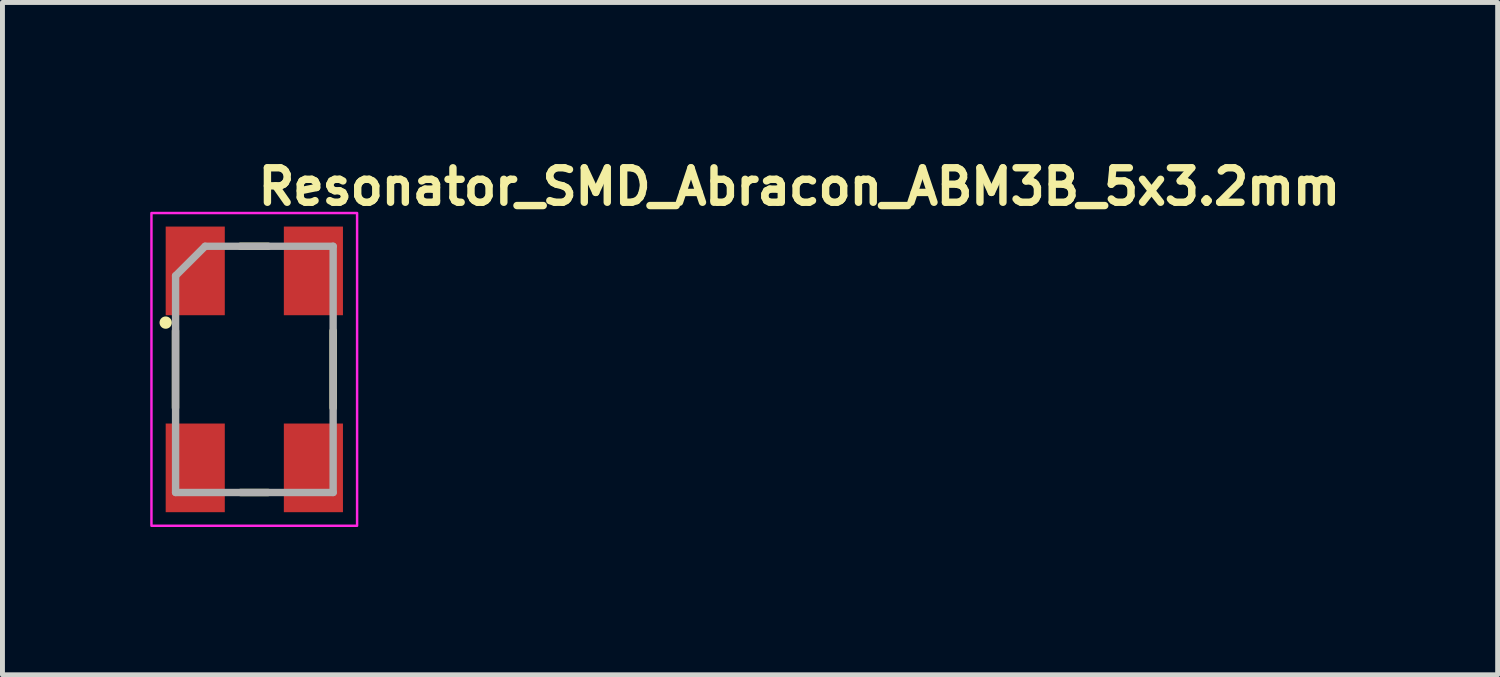
<source format=kicad_pcb>
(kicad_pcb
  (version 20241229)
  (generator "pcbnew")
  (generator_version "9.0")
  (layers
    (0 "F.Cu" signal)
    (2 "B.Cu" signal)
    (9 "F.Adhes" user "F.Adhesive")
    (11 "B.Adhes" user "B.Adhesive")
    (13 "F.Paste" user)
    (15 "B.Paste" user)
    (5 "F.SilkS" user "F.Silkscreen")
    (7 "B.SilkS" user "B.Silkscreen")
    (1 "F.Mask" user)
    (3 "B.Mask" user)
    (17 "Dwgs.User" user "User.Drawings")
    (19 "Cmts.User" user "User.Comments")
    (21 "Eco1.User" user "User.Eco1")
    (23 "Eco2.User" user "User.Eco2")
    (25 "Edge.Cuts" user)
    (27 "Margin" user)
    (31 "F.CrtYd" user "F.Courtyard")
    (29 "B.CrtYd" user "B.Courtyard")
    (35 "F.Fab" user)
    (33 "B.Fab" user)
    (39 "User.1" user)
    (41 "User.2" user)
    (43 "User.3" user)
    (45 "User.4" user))
  (footprint "Resonator_SMD_Abracon_ABM3B_5x3.2mm"
    (layer "F.Cu")
    (at 2.114 4.45)
    (property "Reference" "Resonator_SMD_Abracon_ABM3B_5x3.2mm" (at 0 -3.3 0) (layer "F.SilkS") (effects (font (size 0.7 0.7) (thickness 0.15)) (justify left bottom)))
    (attr smd)
    (fp_line (start -1.601 -0.783) (end -1.601 0.78) (stroke (width 0.15) (type solid)) (layer "F.SilkS"))
    (fp_line (start -0.282 -2.5) (end 0.281 -2.5) (stroke (width 0.15) (type solid)) (layer "F.SilkS"))
    (fp_line (start -0.282 2.499) (end 0.281 2.499) (stroke (width 0.15) (type solid)) (layer "F.SilkS"))
    (fp_line (start 1.6 -0.783) (end 1.6 0.78) (stroke (width 0.15) (type solid)) (layer "F.SilkS"))
    (fp_circle (center -1.8 -0.95) (end -1.75 -0.95) (stroke (width 0.15) (type solid)) (fill yes) (layer "F.SilkS"))
    (fp_rect (start -2.089 -3.175) (end 2.086 3.175) (stroke (width 0.05) (type solid)) (fill no) (layer "F.CrtYd"))
    (fp_line (start -1.599 -1.901) (end -0.999 -2.5) (stroke (width 0.15) (type solid)) (layer "F.Fab"))
    (fp_line (start -1.599 2.499) (end -1.599 -1.901) (stroke (width 0.15) (type solid)) (layer "F.Fab"))
    (fp_line (start -0.999 -2.5) (end 1.6 -2.5) (stroke (width 0.15) (type solid)) (layer "F.Fab"))
    (fp_line (start 1.6 -2.5) (end 1.6 2.499) (stroke (width 0.15) (type solid)) (layer "F.Fab"))
    (fp_line (start 1.6 2.499) (end -1.599 2.499) (stroke (width 0.15) (type solid)) (layer "F.Fab"))
    (fp_rect (start -1.589 -2.5) (end 1.586 2.499) (stroke (width 0.1) (type solid)) (fill no) (layer "User.5"))
    (fp_rect (start -1.589 -2.5) (end 1.586 2.499) (stroke (width 0.1) (type solid)) (fill no) (layer "User.5"))
    (fp_line (start -1.589 2.193) (end -1.589 -2.198) (stroke (width 0.02) (type solid)) (layer "User.9"))
    (fp_line (start -1.589 2.193) (end -1.283 2.499) (stroke (width 0.02) (type solid)) (layer "User.9"))
    (fp_line (start -1.462 -1.982) (end -1.462 -1.97) (stroke (width 0.02) (type solid)) (layer "User.9"))
    (fp_line (start -1.462 1.967) (end -1.462 -1.97) (stroke (width 0.02) (type solid)) (layer "User.9"))
    (fp_line (start -1.462 1.967) (end -1.462 1.981) (stroke (width 0.02) (type solid)) (layer "User.9"))
    (fp_line (start -1.462 1.981) (end -1.46 1.993) (stroke (width 0.02) (type solid)) (layer "User.9"))
    (fp_line (start -1.46 -1.994) (end -1.462 -1.982) (stroke (width 0.02) (type solid)) (layer "User.9"))
    (fp_line (start -1.46 1.993) (end -1.458 2.006) (stroke (width 0.02) (type solid)) (layer "User.9"))
    (fp_line (start -1.458 -2.008) (end -1.46 -1.994) (stroke (width 0.02) (type solid)) (layer "User.9"))
    (fp_line (start -1.458 2.006) (end -1.456 2.018) (stroke (width 0.02) (type solid)) (layer "User.9"))
    (fp_line (start -1.456 -2.02) (end -1.458 -2.008) (stroke (width 0.02) (type solid)) (layer "User.9"))
    (fp_line (start -1.456 2.018) (end -1.454 2.03) (stroke (width 0.02) (type solid)) (layer "User.9"))
    (fp_line (start -1.454 -2.032) (end -1.456 -2.02) (stroke (width 0.02) (type solid)) (layer "User.9"))
    (fp_line (start -1.454 2.03) (end -1.45 2.042) (stroke (width 0.02) (type solid)) (layer "User.9"))
    (fp_line (start -1.45 -2.044) (end -1.454 -2.032) (stroke (width 0.02) (type solid)) (layer "User.9"))
    (fp_line (start -1.45 2.042) (end -1.446 2.052) (stroke (width 0.02) (type solid)) (layer "User.9"))
    (fp_line (start -1.446 -2.057) (end -1.45 -2.044) (stroke (width 0.02) (type solid)) (layer "User.9"))
    (fp_line (start -1.446 2.052) (end -1.442 2.064) (stroke (width 0.02) (type solid)) (layer "User.9"))
    (fp_line (start -1.442 -2.066) (end -1.446 -2.057) (stroke (width 0.02) (type solid)) (layer "User.9"))
    (fp_line (start -1.442 2.064) (end -1.438 2.076) (stroke (width 0.02) (type solid)) (layer "User.9"))
    (fp_line (start -1.438 -2.078) (end -1.442 -2.066) (stroke (width 0.02) (type solid)) (layer "User.9"))
    (fp_line (start -1.438 2.076) (end -1.432 2.088) (stroke (width 0.02) (type solid)) (layer "User.9"))
    (fp_line (start -1.432 -2.089) (end -1.438 -2.078) (stroke (width 0.02) (type solid)) (layer "User.9"))
    (fp_line (start -1.432 2.088) (end -1.426 2.096) (stroke (width 0.02) (type solid)) (layer "User.9"))
    (fp_line (start -1.426 -2.101) (end -1.432 -2.089) (stroke (width 0.02) (type solid)) (layer "User.9"))
    (fp_line (start -1.426 2.096) (end -1.418 2.108) (stroke (width 0.02) (type solid)) (layer "User.9"))
    (fp_line (start -1.418 -2.11) (end -1.426 -2.101) (stroke (width 0.02) (type solid)) (layer "User.9"))
    (fp_line (start -1.418 2.108) (end -1.412 2.119) (stroke (width 0.02) (type solid)) (layer "User.9"))
    (fp_line (start -1.412 -2.121) (end -1.418 -2.11) (stroke (width 0.02) (type solid)) (layer "User.9"))
    (fp_line (start -1.412 2.119) (end -1.403 2.128) (stroke (width 0.02) (type solid)) (layer "User.9"))
    (fp_line (start -1.403 -2.13) (end -1.412 -2.121) (stroke (width 0.02) (type solid)) (layer "User.9"))
    (fp_line (start -1.403 2.128) (end -1.395 2.136) (stroke (width 0.02) (type solid)) (layer "User.9"))
    (fp_line (start -1.395 -2.141) (end -1.403 -2.13) (stroke (width 0.02) (type solid)) (layer "User.9"))
    (fp_line (start -1.395 2.136) (end -1.387 2.148) (stroke (width 0.02) (type solid)) (layer "User.9"))
    (fp_line (start -1.387 -2.149) (end -1.395 -2.141) (stroke (width 0.02) (type solid)) (layer "User.9"))
    (fp_line (start -1.387 -2.149) (end -1.387 -2.149) (stroke (width 0.02) (type solid)) (layer "User.9"))
    (fp_line (start -1.387 2.148) (end -1.387 2.148) (stroke (width 0.02) (type solid)) (layer "User.9"))
    (fp_line (start -1.387 2.148) (end -1.377 2.156) (stroke (width 0.02) (type solid)) (layer "User.9"))
    (fp_line (start -1.377 -2.157) (end -1.387 -2.149) (stroke (width 0.02) (type solid)) (layer "User.9"))
    (fp_line (start -1.377 2.156) (end -1.369 2.164) (stroke (width 0.02) (type solid)) (layer "User.9"))
    (fp_line (start -1.369 -2.165) (end -1.377 -2.157) (stroke (width 0.02) (type solid)) (layer "User.9"))
    (fp_line (start -1.369 2.164) (end -1.359 2.172) (stroke (width 0.02) (type solid)) (layer "User.9"))
    (fp_line (start -1.359 -2.173) (end -1.369 -2.165) (stroke (width 0.02) (type solid)) (layer "User.9"))
    (fp_line (start -1.359 2.172) (end -1.349 2.177) (stroke (width 0.02) (type solid)) (layer "User.9"))
    (fp_line (start -1.349 -2.182) (end -1.359 -2.173) (stroke (width 0.02) (type solid)) (layer "User.9"))
    (fp_line (start -1.349 2.177) (end -1.337 2.185) (stroke (width 0.02) (type solid)) (layer "User.9"))
    (fp_line (start -1.337 -2.187) (end -1.349 -2.182) (stroke (width 0.02) (type solid)) (layer "User.9"))
    (fp_line (start -1.337 2.185) (end -1.327 2.192) (stroke (width 0.02) (type solid)) (layer "User.9"))
    (fp_line (start -1.327 -2.194) (end -1.337 -2.187) (stroke (width 0.02) (type solid)) (layer "User.9"))
    (fp_line (start -1.327 2.192) (end -1.317 2.197) (stroke (width 0.02) (type solid)) (layer "User.9"))
    (fp_line (start -1.317 -2.199) (end -1.327 -2.194) (stroke (width 0.02) (type solid)) (layer "User.9"))
    (fp_line (start -1.317 2.197) (end -1.305 2.201) (stroke (width 0.02) (type solid)) (layer "User.9"))
    (fp_line (start -1.305 -2.206) (end -1.317 -2.199) (stroke (width 0.02) (type solid)) (layer "User.9"))
    (fp_line (start -1.305 2.201) (end -1.293 2.205) (stroke (width 0.02) (type solid)) (layer "User.9"))
    (fp_line (start -1.293 -2.21) (end -1.305 -2.206) (stroke (width 0.02) (type solid)) (layer "User.9"))
    (fp_line (start -1.293 2.205) (end -1.28 2.209) (stroke (width 0.02) (type solid)) (layer "User.9"))
    (fp_line (start -1.283 -2.5) (end -1.589 -2.198) (stroke (width 0.02) (type solid)) (layer "User.9"))
    (fp_line (start -1.283 -2.5) (end 1.282 -2.5) (stroke (width 0.02) (type solid)) (layer "User.9"))
    (fp_line (start -1.28 -2.214) (end -1.293 -2.21) (stroke (width 0.02) (type solid)) (layer "User.9"))
    (fp_line (start -1.28 2.209) (end -1.27 2.213) (stroke (width 0.02) (type solid)) (layer "User.9"))
    (fp_line (start -1.27 -2.215) (end -1.28 -2.214) (stroke (width 0.02) (type solid)) (layer "User.9"))
    (fp_line (start -1.27 2.213) (end -1.258 2.217) (stroke (width 0.02) (type solid)) (layer "User.9"))
    (fp_line (start -1.258 -2.218) (end -1.27 -2.215) (stroke (width 0.02) (type solid)) (layer "User.9"))
    (fp_line (start -1.258 2.217) (end -1.246 2.217) (stroke (width 0.02) (type solid)) (layer "User.9"))
    (fp_line (start -1.246 -2.222) (end -1.258 -2.218) (stroke (width 0.02) (type solid)) (layer "User.9"))
    (fp_line (start -1.246 2.217) (end -1.232 2.221) (stroke (width 0.02) (type solid)) (layer "User.9"))
    (fp_line (start -1.232 -2.222) (end -1.246 -2.222) (stroke (width 0.02) (type solid)) (layer "User.9"))
    (fp_line (start -1.232 2.221) (end -1.22 2.221) (stroke (width 0.02) (type solid)) (layer "User.9"))
    (fp_line (start -1.22 -2.223) (end -1.232 -2.222) (stroke (width 0.02) (type solid)) (layer "User.9"))
    (fp_line (start -1.22 2.221) (end -1.208 2.221) (stroke (width 0.02) (type solid)) (layer "User.9"))
    (fp_line (start -1.208 -2.223) (end -1.22 -2.223) (stroke (width 0.02) (type solid)) (layer "User.9"))
    (fp_line (start -1.208 -2.223) (end 1.205 -2.223) (stroke (width 0.02) (type solid)) (layer "User.9"))
    (fp_line (start -0.388 -1.295) (end -0.387 -1.315) (stroke (width 0.02) (type solid)) (layer "User.9"))
    (fp_line (start -0.388 -1.278) (end -0.388 -1.295) (stroke (width 0.02) (type solid)) (layer "User.9"))
    (fp_line (start -0.388 -1.278) (end -0.388 -1.029) (stroke (width 0.02) (type solid)) (layer "User.9"))
    (fp_line (start -0.388 -1.029) (end 0.274 -1.029) (stroke (width 0.02) (type solid)) (layer "User.9"))
    (fp_line (start -0.388 -0.701) (end -0.387 -0.708) (stroke (width 0.02) (type solid)) (layer "User.9"))
    (fp_line (start -0.388 -0.691) (end -0.388 -0.701) (stroke (width 0.02) (type solid)) (layer "User.9"))
    (fp_line (start -0.388 -0.682) (end -0.388 -0.691) (stroke (width 0.02) (type solid)) (layer "User.9"))
    (fp_line (start -0.388 -0.673) (end -0.388 -0.682) (stroke (width 0.02) (type solid)) (layer "User.9"))
    (fp_line (start -0.388 -0.388) (end -0.388 -0.247) (stroke (width 0.02) (type solid)) (layer "User.9"))
    (fp_line (start -0.388 -0.247) (end 0.069 -0.103) (stroke (width 0.02) (type solid)) (layer "User.9"))
    (fp_line (start -0.388 0.107) (end -0.388 0.247) (stroke (width 0.02) (type solid)) (layer "User.9"))
    (fp_line (start -0.388 0.247) (end 0.274 0.247) (stroke (width 0.02) (type solid)) (layer "User.9"))
    (fp_line (start -0.388 0.576) (end -0.387 0.557) (stroke (width 0.02) (type solid)) (layer "User.9"))
    (fp_line (start -0.388 0.592) (end -0.388 0.576) (stroke (width 0.02) (type solid)) (layer "User.9"))
    (fp_line (start -0.388 0.592) (end -0.388 0.84) (stroke (width 0.02) (type solid)) (layer "User.9"))
    (fp_line (start -0.388 0.84) (end 0.274 0.84) (stroke (width 0.02) (type solid)) (layer "User.9"))
    (fp_line (start -0.388 1.173) (end -0.388 1.279) (stroke (width 0.02) (type solid)) (layer "User.9"))
    (fp_line (start -0.388 1.279) (end 0.274 1.542) (stroke (width 0.02) (type solid)) (layer "User.9"))
    (fp_line (start -0.387 -1.315) (end -0.386 -1.323) (stroke (width 0.02) (type solid)) (layer "User.9"))
    (fp_line (start -0.387 -0.708) (end -0.386 -0.718) (stroke (width 0.02) (type solid)) (layer "User.9"))
    (fp_line (start -0.387 -0.665) (end -0.388 -0.673) (stroke (width 0.02) (type solid)) (layer "User.9"))
    (fp_line (start -0.387 0.557) (end -0.386 0.548) (stroke (width 0.02) (type solid)) (layer "User.9"))
    (fp_line (start -0.386 -1.323) (end -0.383 -1.333) (stroke (width 0.02) (type solid)) (layer "User.9"))
    (fp_line (start -0.386 -0.718) (end -0.383 -0.727) (stroke (width 0.02) (type solid)) (layer "User.9"))
    (fp_line (start -0.386 -0.656) (end -0.387 -0.665) (stroke (width 0.02) (type solid)) (layer "User.9"))
    (fp_line (start -0.386 0.548) (end -0.383 0.539) (stroke (width 0.02) (type solid)) (layer "User.9"))
    (fp_line (start -0.383 -1.333) (end -0.382 -1.341) (stroke (width 0.02) (type solid)) (layer "User.9"))
    (fp_line (start -0.383 -0.727) (end -0.381 -0.736) (stroke (width 0.02) (type solid)) (layer "User.9"))
    (fp_line (start -0.383 0.539) (end -0.382 0.53) (stroke (width 0.02) (type solid)) (layer "User.9"))
    (fp_line (start -0.382 -1.341) (end -0.38 -1.351) (stroke (width 0.02) (type solid)) (layer "User.9"))
    (fp_line (start -0.382 -0.648) (end -0.386 -0.656) (stroke (width 0.02) (type solid)) (layer "User.9"))
    (fp_line (start -0.382 0.53) (end -0.38 0.521) (stroke (width 0.02) (type solid)) (layer "User.9"))
    (fp_line (start -0.381 -0.736) (end -0.379 -0.745) (stroke (width 0.02) (type solid)) (layer "User.9"))
    (fp_line (start -0.38 -1.351) (end -0.378 -1.361) (stroke (width 0.02) (type solid)) (layer "User.9"))
    (fp_line (start -0.38 -0.637) (end -0.382 -0.648) (stroke (width 0.02) (type solid)) (layer "User.9"))
    (fp_line (start -0.38 0.521) (end -0.378 0.512) (stroke (width 0.02) (type solid)) (layer "User.9"))
    (fp_line (start -0.379 -0.745) (end -0.377 -0.753) (stroke (width 0.02) (type solid)) (layer "User.9"))
    (fp_line (start -0.378 -1.361) (end -0.376 -1.369) (stroke (width 0.02) (type solid)) (layer "User.9"))
    (fp_line (start -0.378 -0.629) (end -0.38 -0.637) (stroke (width 0.02) (type solid)) (layer "User.9"))
    (fp_line (start -0.378 0.512) (end -0.376 0.501) (stroke (width 0.02) (type solid)) (layer "User.9"))
    (fp_line (start -0.377 -0.753) (end -0.374 -0.762) (stroke (width 0.02) (type solid)) (layer "User.9"))
    (fp_line (start -0.376 -1.369) (end -0.373 -1.377) (stroke (width 0.02) (type solid)) (layer "User.9"))
    (fp_line (start -0.376 -0.621) (end -0.378 -0.629) (stroke (width 0.02) (type solid)) (layer "User.9"))
    (fp_line (start -0.376 0.501) (end -0.373 0.492) (stroke (width 0.02) (type solid)) (layer "User.9"))
    (fp_line (start -0.374 -0.762) (end -0.37 -0.772) (stroke (width 0.02) (type solid)) (layer "User.9"))
    (fp_line (start -0.373 -1.377) (end -0.37 -1.387) (stroke (width 0.02) (type solid)) (layer "User.9"))
    (fp_line (start -0.373 -0.613) (end -0.376 -0.621) (stroke (width 0.02) (type solid)) (layer "User.9"))
    (fp_line (start -0.373 0.492) (end -0.37 0.483) (stroke (width 0.02) (type solid)) (layer "User.9"))
    (fp_line (start -0.37 -1.387) (end -0.367 -1.395) (stroke (width 0.02) (type solid)) (layer "User.9"))
    (fp_line (start -0.37 -0.772) (end -0.367 -0.78) (stroke (width 0.02) (type solid)) (layer "User.9"))
    (fp_line (start -0.37 0.483) (end -0.367 0.476) (stroke (width 0.02) (type solid)) (layer "User.9"))
    (fp_line (start -0.369 -0.606) (end -0.373 -0.613) (stroke (width 0.02) (type solid)) (layer "User.9"))
    (fp_line (start -0.367 -1.395) (end -0.363 -1.403) (stroke (width 0.02) (type solid)) (layer "User.9"))
    (fp_line (start -0.367 -0.78) (end -0.363 -0.789) (stroke (width 0.02) (type solid)) (layer "User.9"))
    (fp_line (start -0.367 0.476) (end -0.363 0.468) (stroke (width 0.02) (type solid)) (layer "User.9"))
    (fp_line (start -0.366 -0.598) (end -0.369 -0.606) (stroke (width 0.02) (type solid)) (layer "User.9"))
    (fp_line (start -0.363 -1.403) (end -0.359 -1.412) (stroke (width 0.02) (type solid)) (layer "User.9"))
    (fp_line (start -0.363 -0.789) (end -0.358 -0.797) (stroke (width 0.02) (type solid)) (layer "User.9"))
    (fp_line (start -0.363 0.468) (end -0.359 0.46) (stroke (width 0.02) (type solid)) (layer "User.9"))
    (fp_line (start -0.362 -0.59) (end -0.366 -0.598) (stroke (width 0.02) (type solid)) (layer "User.9"))
    (fp_line (start -0.359 -1.412) (end -0.354 -1.42) (stroke (width 0.02) (type solid)) (layer "User.9"))
    (fp_line (start -0.359 0.46) (end -0.354 0.452) (stroke (width 0.02) (type solid)) (layer "User.9"))
    (fp_line (start -0.358 -0.797) (end -0.353 -0.804) (stroke (width 0.02) (type solid)) (layer "User.9"))
    (fp_line (start -0.357 -0.583) (end -0.362 -0.59) (stroke (width 0.02) (type solid)) (layer "User.9"))
    (fp_line (start -0.354 -1.42) (end -0.354 -1.42) (stroke (width 0.02) (type solid)) (layer "User.9"))
    (fp_line (start -0.354 -1.42) (end -0.352 -1.424) (stroke (width 0.02) (type solid)) (layer "User.9"))
    (fp_line (start -0.354 0.452) (end -0.354 0.452) (stroke (width 0.02) (type solid)) (layer "User.9"))
    (fp_line (start -0.354 0.452) (end -0.352 0.445) (stroke (width 0.02) (type solid)) (layer "User.9"))
    (fp_line (start -0.353 -0.804) (end -0.35 -0.812) (stroke (width 0.02) (type solid)) (layer "User.9"))
    (fp_line (start -0.352 -1.424) (end -0.35 -1.428) (stroke (width 0.02) (type solid)) (layer "User.9"))
    (fp_line (start -0.352 -0.577) (end -0.357 -0.583) (stroke (width 0.02) (type solid)) (layer "User.9"))
    (fp_line (start -0.352 0.445) (end -0.35 0.441) (stroke (width 0.02) (type solid)) (layer "User.9"))
    (fp_line (start -0.35 -1.428) (end -0.347 -1.432) (stroke (width 0.02) (type solid)) (layer "User.9"))
    (fp_line (start -0.35 -0.812) (end -0.345 -0.82) (stroke (width 0.02) (type solid)) (layer "User.9"))
    (fp_line (start -0.35 0.441) (end -0.347 0.437) (stroke (width 0.02) (type solid)) (layer "User.9"))
    (fp_line (start -0.349 -0.571) (end -0.352 -0.577) (stroke (width 0.02) (type solid)) (layer "User.9"))
    (fp_line (start -0.347 -1.432) (end -0.344 -1.436) (stroke (width 0.02) (type solid)) (layer "User.9"))
    (fp_line (start -0.347 0.437) (end -0.344 0.433) (stroke (width 0.02) (type solid)) (layer "User.9"))
    (fp_line (start -0.345 -0.82) (end -0.339 -0.827) (stroke (width 0.02) (type solid)) (layer "User.9"))
    (fp_line (start -0.344 -1.436) (end -0.337 -1.444) (stroke (width 0.02) (type solid)) (layer "User.9"))
    (fp_line (start -0.344 -0.564) (end -0.349 -0.571) (stroke (width 0.02) (type solid)) (layer "User.9"))
    (fp_line (start -0.344 -0.564) (end -0.344 -0.564) (stroke (width 0.02) (type solid)) (layer "User.9"))
    (fp_line (start -0.344 0.433) (end -0.337 0.426) (stroke (width 0.02) (type solid)) (layer "User.9"))
    (fp_line (start -0.339 -0.827) (end -0.339 -0.827) (stroke (width 0.02) (type solid)) (layer "User.9"))
    (fp_line (start -0.339 -0.827) (end -0.332 -0.833) (stroke (width 0.02) (type solid)) (layer "User.9"))
    (fp_line (start -0.337 -1.444) (end -0.33 -1.452) (stroke (width 0.02) (type solid)) (layer "User.9"))
    (fp_line (start -0.337 -0.557) (end -0.344 -0.564) (stroke (width 0.02) (type solid)) (layer "User.9"))
    (fp_line (start -0.337 0.426) (end -0.33 0.418) (stroke (width 0.02) (type solid)) (layer "User.9"))
    (fp_line (start -0.332 -0.833) (end -0.326 -0.837) (stroke (width 0.02) (type solid)) (layer "User.9"))
    (fp_line (start -0.331 -0.551) (end -0.337 -0.557) (stroke (width 0.02) (type solid)) (layer "User.9"))
    (fp_line (start -0.33 -1.452) (end -0.322 -1.458) (stroke (width 0.02) (type solid)) (layer "User.9"))
    (fp_line (start -0.33 0.418) (end -0.322 0.414) (stroke (width 0.02) (type solid)) (layer "User.9"))
    (fp_line (start -0.326 -0.837) (end -0.318 -0.842) (stroke (width 0.02) (type solid)) (layer "User.9"))
    (fp_line (start -0.324 -0.545) (end -0.331 -0.551) (stroke (width 0.02) (type solid)) (layer "User.9"))
    (fp_line (start -0.322 -1.458) (end -0.312 -1.464) (stroke (width 0.02) (type solid)) (layer "User.9"))
    (fp_line (start -0.322 0.414) (end -0.312 0.407) (stroke (width 0.02) (type solid)) (layer "User.9"))
    (fp_line (start -0.318 -0.842) (end -0.311 -0.847) (stroke (width 0.02) (type solid)) (layer "User.9"))
    (fp_line (start -0.315 -0.539) (end -0.324 -0.545) (stroke (width 0.02) (type solid)) (layer "User.9"))
    (fp_line (start -0.312 -1.464) (end -0.303 -1.47) (stroke (width 0.02) (type solid)) (layer "User.9"))
    (fp_line (start -0.312 0.407) (end -0.303 0.402) (stroke (width 0.02) (type solid)) (layer "User.9"))
    (fp_line (start -0.311 -0.847) (end -0.304 -0.852) (stroke (width 0.02) (type solid)) (layer "User.9"))
    (fp_line (start -0.31 -1.123) (end -0.31 -1.248) (stroke (width 0.02) (type solid)) (layer "User.9"))
    (fp_line (start -0.31 -0.706) (end -0.31 -0.704) (stroke (width 0.02) (type solid)) (layer "User.9"))
    (fp_line (start -0.31 -0.704) (end -0.31 -0.699) (stroke (width 0.02) (type solid)) (layer "User.9"))
    (fp_line (start -0.31 -0.699) (end -0.31 -0.694) (stroke (width 0.02) (type solid)) (layer "User.9"))
    (fp_line (start -0.31 -0.694) (end -0.31 -0.689) (stroke (width 0.02) (type solid)) (layer "User.9"))
    (fp_line (start -0.31 -0.689) (end -0.31 -0.684) (stroke (width 0.02) (type solid)) (layer "User.9"))
    (fp_line (start -0.31 -0.684) (end -0.309 -0.679) (stroke (width 0.02) (type solid)) (layer "User.9"))
    (fp_line (start -0.31 0.747) (end -0.31 0.621) (stroke (width 0.02) (type solid)) (layer "User.9"))
    (fp_line (start -0.31 1.227) (end -0.294 1.231) (stroke (width 0.02) (type solid)) (layer "User.9"))
    (fp_line (start -0.309 -1.291) (end -0.309 -1.276) (stroke (width 0.02) (type solid)) (layer "User.9"))
    (fp_line (start -0.309 -1.276) (end -0.31 -1.248) (stroke (width 0.02) (type solid)) (layer "User.9"))
    (fp_line (start -0.309 -0.711) (end -0.31 -0.706) (stroke (width 0.02) (type solid)) (layer "User.9"))
    (fp_line (start -0.309 -0.679) (end -0.309 -0.674) (stroke (width 0.02) (type solid)) (layer "User.9"))
    (fp_line (start -0.309 -0.674) (end -0.308 -0.669) (stroke (width 0.02) (type solid)) (layer "User.9"))
    (fp_line (start -0.309 0.579) (end -0.309 0.593) (stroke (width 0.02) (type solid)) (layer "User.9"))
    (fp_line (start -0.309 0.593) (end -0.31 0.621) (stroke (width 0.02) (type solid)) (layer "User.9"))
    (fp_line (start -0.308 -1.305) (end -0.308 -1.297) (stroke (width 0.02) (type solid)) (layer "User.9"))
    (fp_line (start -0.308 -1.297) (end -0.309 -1.291) (stroke (width 0.02) (type solid)) (layer "User.9"))
    (fp_line (start -0.308 -0.716) (end -0.309 -0.711) (stroke (width 0.02) (type solid)) (layer "User.9"))
    (fp_line (start -0.308 -0.669) (end -0.307 -0.664) (stroke (width 0.02) (type solid)) (layer "User.9"))
    (fp_line (start -0.308 -0.534) (end -0.315 -0.539) (stroke (width 0.02) (type solid)) (layer "User.9"))
    (fp_line (start -0.308 0.567) (end -0.308 0.574) (stroke (width 0.02) (type solid)) (layer "User.9"))
    (fp_line (start -0.308 0.574) (end -0.309 0.579) (stroke (width 0.02) (type solid)) (layer "User.9"))
    (fp_line (start -0.307 -1.311) (end -0.308 -1.305) (stroke (width 0.02) (type solid)) (layer "User.9"))
    (fp_line (start -0.307 -0.721) (end -0.308 -0.716) (stroke (width 0.02) (type solid)) (layer "User.9"))
    (fp_line (start -0.307 -0.664) (end -0.305 -0.659) (stroke (width 0.02) (type solid)) (layer "User.9"))
    (fp_line (start -0.307 0.56) (end -0.308 0.567) (stroke (width 0.02) (type solid)) (layer "User.9"))
    (fp_line (start -0.306 -1.319) (end -0.307 -1.311) (stroke (width 0.02) (type solid)) (layer "User.9"))
    (fp_line (start -0.306 -0.725) (end -0.307 -0.721) (stroke (width 0.02) (type solid)) (layer "User.9"))
    (fp_line (start -0.306 0.554) (end -0.307 0.56) (stroke (width 0.02) (type solid)) (layer "User.9"))
    (fp_line (start -0.305 -1.325) (end -0.306 -1.319) (stroke (width 0.02) (type solid)) (layer "User.9"))
    (fp_line (start -0.305 -0.659) (end -0.304 -0.655) (stroke (width 0.02) (type solid)) (layer "User.9"))
    (fp_line (start -0.305 0.547) (end -0.306 0.554) (stroke (width 0.02) (type solid)) (layer "User.9"))
    (fp_line (start -0.304 -1.331) (end -0.305 -1.325) (stroke (width 0.02) (type solid)) (layer "User.9"))
    (fp_line (start -0.304 -0.852) (end -0.297 -0.856) (stroke (width 0.02) (type solid)) (layer "User.9"))
    (fp_line (start -0.304 -0.73) (end -0.306 -0.725) (stroke (width 0.02) (type solid)) (layer "User.9"))
    (fp_line (start -0.304 -0.655) (end -0.302 -0.65) (stroke (width 0.02) (type solid)) (layer "User.9"))
    (fp_line (start -0.304 0.54) (end -0.305 0.547) (stroke (width 0.02) (type solid)) (layer "User.9"))
    (fp_line (start -0.303 -1.47) (end -0.294 -1.476) (stroke (width 0.02) (type solid)) (layer "User.9"))
    (fp_line (start -0.303 0.402) (end -0.294 0.396) (stroke (width 0.02) (type solid)) (layer "User.9"))
    (fp_line (start -0.302 -1.339) (end -0.304 -1.331) (stroke (width 0.02) (type solid)) (layer "User.9"))
    (fp_line (start -0.302 -0.734) (end -0.304 -0.73) (stroke (width 0.02) (type solid)) (layer "User.9"))
    (fp_line (start -0.302 -0.65) (end -0.3 -0.646) (stroke (width 0.02) (type solid)) (layer "User.9"))
    (fp_line (start -0.302 0.533) (end -0.304 0.54) (stroke (width 0.02) (type solid)) (layer "User.9"))
    (fp_line (start -0.3 -1.345) (end -0.302 -1.339) (stroke (width 0.02) (type solid)) (layer "User.9"))
    (fp_line (start -0.3 -0.739) (end -0.302 -0.734) (stroke (width 0.02) (type solid)) (layer "User.9"))
    (fp_line (start -0.3 -0.646) (end -0.298 -0.639) (stroke (width 0.02) (type solid)) (layer "User.9"))
    (fp_line (start -0.3 -0.529) (end -0.308 -0.534) (stroke (width 0.02) (type solid)) (layer "User.9"))
    (fp_line (start -0.3 0.527) (end -0.302 0.533) (stroke (width 0.02) (type solid)) (layer "User.9"))
    (fp_line (start -0.298 -1.351) (end -0.3 -1.345) (stroke (width 0.02) (type solid)) (layer "User.9"))
    (fp_line (start -0.298 -0.743) (end -0.3 -0.739) (stroke (width 0.02) (type solid)) (layer "User.9"))
    (fp_line (start -0.298 -0.639) (end -0.296 -0.635) (stroke (width 0.02) (type solid)) (layer "User.9"))
    (fp_line (start -0.298 0.52) (end -0.3 0.527) (stroke (width 0.02) (type solid)) (layer "User.9"))
    (fp_line (start -0.297 -0.856) (end -0.29 -0.86) (stroke (width 0.02) (type solid)) (layer "User.9"))
    (fp_line (start -0.296 -0.747) (end -0.298 -0.743) (stroke (width 0.02) (type solid)) (layer "User.9"))
    (fp_line (start -0.296 -0.635) (end -0.293 -0.631) (stroke (width 0.02) (type solid)) (layer "User.9"))
    (fp_line (start -0.295 -1.357) (end -0.298 -1.351) (stroke (width 0.02) (type solid)) (layer "User.9"))
    (fp_line (start -0.295 -1.357) (end -0.295 -1.357) (stroke (width 0.02) (type solid)) (layer "User.9"))
    (fp_line (start -0.295 0.514) (end -0.298 0.52) (stroke (width 0.02) (type solid)) (layer "User.9"))
    (fp_line (start -0.295 0.514) (end -0.295 0.514) (stroke (width 0.02) (type solid)) (layer "User.9"))
    (fp_line (start -0.294 -1.476) (end -0.287 -1.48) (stroke (width 0.02) (type solid)) (layer "User.9"))
    (fp_line (start -0.294 0.396) (end -0.287 0.392) (stroke (width 0.02) (type solid)) (layer "User.9"))
    (fp_line (start -0.294 1.231) (end -0.28 1.235) (stroke (width 0.02) (type solid)) (layer "User.9"))
    (fp_line (start -0.293 -1.361) (end -0.295 -1.357) (stroke (width 0.02) (type solid)) (layer "User.9"))
    (fp_line (start -0.293 -0.751) (end -0.296 -0.747) (stroke (width 0.02) (type solid)) (layer "User.9"))
    (fp_line (start -0.293 -0.631) (end -0.291 -0.627) (stroke (width 0.02) (type solid)) (layer "User.9"))
    (fp_line (start -0.293 -0.524) (end -0.3 -0.529) (stroke (width 0.02) (type solid)) (layer "User.9"))
    (fp_line (start -0.293 0.509) (end -0.295 0.514) (stroke (width 0.02) (type solid)) (layer "User.9"))
    (fp_line (start -0.291 -1.363) (end -0.293 -1.361) (stroke (width 0.02) (type solid)) (layer "User.9"))
    (fp_line (start -0.291 -0.627) (end -0.289 -0.622) (stroke (width 0.02) (type solid)) (layer "User.9"))
    (fp_line (start -0.291 0.506) (end -0.293 0.509) (stroke (width 0.02) (type solid)) (layer "User.9"))
    (fp_line (start -0.29 -0.86) (end -0.285 -0.863) (stroke (width 0.02) (type solid)) (layer "User.9"))
    (fp_line (start -0.29 -0.755) (end -0.293 -0.751) (stroke (width 0.02) (type solid)) (layer "User.9"))
    (fp_line (start -0.289 -1.369) (end -0.289 -1.365) (stroke (width 0.02) (type solid)) (layer "User.9"))
    (fp_line (start -0.289 -1.365) (end -0.291 -1.363) (stroke (width 0.02) (type solid)) (layer "User.9"))
    (fp_line (start -0.289 -0.759) (end -0.29 -0.755) (stroke (width 0.02) (type solid)) (layer "User.9"))
    (fp_line (start -0.289 -0.622) (end -0.286 -0.618) (stroke (width 0.02) (type solid)) (layer "User.9"))
    (fp_line (start -0.289 0.501) (end -0.289 0.504) (stroke (width 0.02) (type solid)) (layer "User.9"))
    (fp_line (start -0.289 0.504) (end -0.291 0.506) (stroke (width 0.02) (type solid)) (layer "User.9"))
    (fp_line (start -0.287 -1.48) (end -0.277 -1.484) (stroke (width 0.02) (type solid)) (layer "User.9"))
    (fp_line (start -0.287 -0.52) (end -0.293 -0.524) (stroke (width 0.02) (type solid)) (layer "User.9"))
    (fp_line (start -0.287 0.392) (end -0.277 0.388) (stroke (width 0.02) (type solid)) (layer "User.9"))
    (fp_line (start -0.286 -0.763) (end -0.289 -0.759) (stroke (width 0.02) (type solid)) (layer "User.9"))
    (fp_line (start -0.286 -0.618) (end -0.286 -0.618) (stroke (width 0.02) (type solid)) (layer "User.9"))
    (fp_line (start -0.286 -0.618) (end -0.282 -0.615) (stroke (width 0.02) (type solid)) (layer "User.9"))
    (fp_line (start -0.286 -0.293) (end 0.274 -0.293) (stroke (width 0.02) (type solid)) (layer "User.9"))
    (fp_line (start -0.286 0.154) (end 0.274 -0.019) (stroke (width 0.02) (type solid)) (layer "User.9"))
    (fp_line (start -0.285 -1.373) (end -0.289 -1.369) (stroke (width 0.02) (type solid)) (layer "User.9"))
    (fp_line (start -0.285 -0.863) (end -0.277 -0.866) (stroke (width 0.02) (type solid)) (layer "User.9"))
    (fp_line (start -0.285 0.496) (end -0.289 0.501) (stroke (width 0.02) (type solid)) (layer "User.9"))
    (fp_line (start -0.283 -0.766) (end -0.286 -0.763) (stroke (width 0.02) (type solid)) (layer "User.9"))
    (fp_line (start -0.282 -0.615) (end -0.278 -0.611) (stroke (width 0.02) (type solid)) (layer "User.9"))
    (fp_line (start -0.281 -1.377) (end -0.285 -1.373) (stroke (width 0.02) (type solid)) (layer "User.9"))
    (fp_line (start -0.281 0.492) (end -0.285 0.496) (stroke (width 0.02) (type solid)) (layer "User.9"))
    (fp_line (start -0.28 1.235) (end -0.265 1.239) (stroke (width 0.02) (type solid)) (layer "User.9"))
    (fp_line (start -0.279 -0.772) (end -0.283 -0.766) (stroke (width 0.02) (type solid)) (layer "User.9"))
    (fp_line (start -0.279 -0.516) (end -0.287 -0.52) (stroke (width 0.02) (type solid)) (layer "User.9"))
    (fp_line (start -0.278 -0.611) (end -0.274 -0.607) (stroke (width 0.02) (type solid)) (layer "User.9"))
    (fp_line (start -0.277 -1.484) (end -0.268 -1.488) (stroke (width 0.02) (type solid)) (layer "User.9"))
    (fp_line (start -0.277 -0.866) (end -0.27 -0.869) (stroke (width 0.02) (type solid)) (layer "User.9"))
    (fp_line (start -0.277 0.388) (end -0.268 0.384) (stroke (width 0.02) (type solid)) (layer "User.9"))
    (fp_line (start -0.276 -1.381) (end -0.281 -1.377) (stroke (width 0.02) (type solid)) (layer "User.9"))
    (fp_line (start -0.276 -0.775) (end -0.279 -0.772) (stroke (width 0.02) (type solid)) (layer "User.9"))
    (fp_line (start -0.276 0.488) (end -0.281 0.492) (stroke (width 0.02) (type solid)) (layer "User.9"))
    (fp_line (start -0.274 -0.607) (end -0.27 -0.604) (stroke (width 0.02) (type solid)) (layer "User.9"))
    (fp_line (start -0.272 -0.778) (end -0.276 -0.775) (stroke (width 0.02) (type solid)) (layer "User.9"))
    (fp_line (start -0.271 -0.511) (end -0.279 -0.516) (stroke (width 0.02) (type solid)) (layer "User.9"))
    (fp_line (start -0.27 -1.385) (end -0.276 -1.381) (stroke (width 0.02) (type solid)) (layer "User.9"))
    (fp_line (start -0.27 -0.869) (end -0.262 -0.871) (stroke (width 0.02) (type solid)) (layer "User.9"))
    (fp_line (start -0.27 -0.604) (end -0.266 -0.601) (stroke (width 0.02) (type solid)) (layer "User.9"))
    (fp_line (start -0.27 0.484) (end -0.276 0.488) (stroke (width 0.02) (type solid)) (layer "User.9"))
    (fp_line (start -0.268 -1.488) (end -0.258 -1.49) (stroke (width 0.02) (type solid)) (layer "User.9"))
    (fp_line (start -0.268 -0.78) (end -0.272 -0.778) (stroke (width 0.02) (type solid)) (layer "User.9"))
    (fp_line (start -0.268 0.384) (end -0.258 0.379) (stroke (width 0.02) (type solid)) (layer "User.9"))
    (fp_line (start -0.266 -0.601) (end -0.261 -0.598) (stroke (width 0.02) (type solid)) (layer "User.9"))
    (fp_line (start -0.265 -1.389) (end -0.27 -1.385) (stroke (width 0.02) (type solid)) (layer "User.9"))
    (fp_line (start -0.265 0.481) (end -0.27 0.484) (stroke (width 0.02) (type solid)) (layer "User.9"))
    (fp_line (start -0.265 1.239) (end -0.247 1.245) (stroke (width 0.02) (type solid)) (layer "User.9"))
    (fp_line (start -0.264 -0.783) (end -0.268 -0.78) (stroke (width 0.02) (type solid)) (layer "User.9"))
    (fp_line (start -0.263 -0.507) (end -0.271 -0.511) (stroke (width 0.02) (type solid)) (layer "User.9"))
    (fp_line (start -0.262 -0.871) (end -0.252 -0.873) (stroke (width 0.02) (type solid)) (layer "User.9"))
    (fp_line (start -0.261 -0.598) (end -0.254 -0.595) (stroke (width 0.02) (type solid)) (layer "User.9"))
    (fp_line (start -0.26 -0.785) (end -0.264 -0.783) (stroke (width 0.02) (type solid)) (layer "User.9"))
    (fp_line (start -0.259 -1.391) (end -0.265 -1.389) (stroke (width 0.02) (type solid)) (layer "User.9"))
    (fp_line (start -0.259 0.479) (end -0.265 0.481) (stroke (width 0.02) (type solid)) (layer "User.9"))
    (fp_line (start -0.258 -1.49) (end -0.246 -1.492) (stroke (width 0.02) (type solid)) (layer "User.9"))
    (fp_line (start -0.258 0.379) (end -0.246 0.377) (stroke (width 0.02) (type solid)) (layer "User.9"))
    (fp_line (start -0.254 -0.595) (end -0.25 -0.593) (stroke (width 0.02) (type solid)) (layer "User.9"))
    (fp_line (start -0.253 -0.787) (end -0.26 -0.785) (stroke (width 0.02) (type solid)) (layer "User.9"))
    (fp_line (start -0.252 -0.873) (end -0.244 -0.875) (stroke (width 0.02) (type solid)) (layer "User.9"))
    (fp_line (start -0.252 -0.504) (end -0.263 -0.507) (stroke (width 0.02) (type solid)) (layer "User.9"))
    (fp_line (start -0.251 -1.395) (end -0.259 -1.391) (stroke (width 0.02) (type solid)) (layer "User.9"))
    (fp_line (start -0.251 0.477) (end -0.259 0.479) (stroke (width 0.02) (type solid)) (layer "User.9"))
    (fp_line (start -0.25 -0.593) (end -0.245 -0.591) (stroke (width 0.02) (type solid)) (layer "User.9"))
    (fp_line (start -0.249 -0.789) (end -0.253 -0.787) (stroke (width 0.02) (type solid)) (layer "User.9"))
    (fp_line (start -0.247 1.245) (end -0.234 1.251) (stroke (width 0.02) (type solid)) (layer "User.9"))
    (fp_line (start -0.246 -1.492) (end -0.237 -1.494) (stroke (width 0.02) (type solid)) (layer "User.9"))
    (fp_line (start -0.246 0.377) (end -0.237 0.375) (stroke (width 0.02) (type solid)) (layer "User.9"))
    (fp_line (start -0.245 -1.397) (end -0.251 -1.395) (stroke (width 0.02) (type solid)) (layer "User.9"))
    (fp_line (start -0.245 -0.591) (end -0.24 -0.589) (stroke (width 0.02) (type solid)) (layer "User.9"))
    (fp_line (start -0.245 0.475) (end -0.251 0.477) (stroke (width 0.02) (type solid)) (layer "User.9"))
    (fp_line (start -0.244 -0.875) (end -0.237 -0.876) (stroke (width 0.02) (type solid)) (layer "User.9"))
    (fp_line (start -0.244 -0.791) (end -0.249 -0.789) (stroke (width 0.02) (type solid)) (layer "User.9"))
    (fp_line (start -0.244 -0.502) (end -0.252 -0.504) (stroke (width 0.02) (type solid)) (layer "User.9"))
    (fp_line (start -0.24 -1.399) (end -0.245 -1.397) (stroke (width 0.02) (type solid)) (layer "User.9"))
    (fp_line (start -0.24 -0.792) (end -0.244 -0.791) (stroke (width 0.02) (type solid)) (layer "User.9"))
    (fp_line (start -0.24 -0.589) (end -0.237 -0.587) (stroke (width 0.02) (type solid)) (layer "User.9"))
    (fp_line (start -0.24 0.473) (end -0.245 0.475) (stroke (width 0.02) (type solid)) (layer "User.9"))
    (fp_line (start -0.237 -1.494) (end -0.227 -1.496) (stroke (width 0.02) (type solid)) (layer "User.9"))
    (fp_line (start -0.237 -0.876) (end -0.229 -0.877) (stroke (width 0.02) (type solid)) (layer "User.9"))
    (fp_line (start -0.237 -0.793) (end -0.24 -0.792) (stroke (width 0.02) (type solid)) (layer "User.9"))
    (fp_line (start -0.237 -0.587) (end -0.232 -0.585) (stroke (width 0.02) (type solid)) (layer "User.9"))
    (fp_line (start -0.237 -0.5) (end -0.244 -0.502) (stroke (width 0.02) (type solid)) (layer "User.9"))
    (fp_line (start -0.237 0.375) (end -0.227 0.374) (stroke (width 0.02) (type solid)) (layer "User.9"))
    (fp_line (start -0.234 -1.401) (end -0.24 -1.399) (stroke (width 0.02) (type solid)) (layer "User.9"))
    (fp_line (start -0.234 0.472) (end -0.24 0.473) (stroke (width 0.02) (type solid)) (layer "User.9"))
    (fp_line (start -0.234 1.251) (end -0.217 1.257) (stroke (width 0.02) (type solid)) (layer "User.9"))
    (fp_line (start -0.232 -0.794) (end -0.237 -0.793) (stroke (width 0.02) (type solid)) (layer "User.9"))
    (fp_line (start -0.232 -0.585) (end -0.227 -0.584) (stroke (width 0.02) (type solid)) (layer "User.9"))
    (fp_line (start -0.229 -0.877) (end -0.218 -0.877) (stroke (width 0.02) (type solid)) (layer "User.9"))
    (fp_line (start -0.228 -1.401) (end -0.234 -1.401) (stroke (width 0.02) (type solid)) (layer "User.9"))
    (fp_line (start -0.228 -0.498) (end -0.237 -0.5) (stroke (width 0.02) (type solid)) (layer "User.9"))
    (fp_line (start -0.228 0.47) (end -0.234 0.472) (stroke (width 0.02) (type solid)) (layer "User.9"))
    (fp_line (start -0.227 -1.496) (end -0.215 -1.496) (stroke (width 0.02) (type solid)) (layer "User.9"))
    (fp_line (start -0.227 -0.794) (end -0.232 -0.794) (stroke (width 0.02) (type solid)) (layer "User.9"))
    (fp_line (start -0.227 -0.584) (end -0.219 -0.583) (stroke (width 0.02) (type solid)) (layer "User.9"))
    (fp_line (start -0.227 0.374) (end -0.215 0.374) (stroke (width 0.02) (type solid)) (layer "User.9"))
    (fp_line (start -0.22 -0.795) (end -0.227 -0.794) (stroke (width 0.02) (type solid)) (layer "User.9"))
    (fp_line (start -0.219 -1.403) (end -0.228 -1.401) (stroke (width 0.02) (type solid)) (layer "User.9"))
    (fp_line (start -0.219 -0.583) (end -0.214 -0.582) (stroke (width 0.02) (type solid)) (layer "User.9"))
    (fp_line (start -0.219 0.47) (end -0.228 0.47) (stroke (width 0.02) (type solid)) (layer "User.9"))
    (fp_line (start -0.218 -0.877) (end -0.213 -0.877) (stroke (width 0.02) (type solid)) (layer "User.9"))
    (fp_line (start -0.217 -0.496) (end -0.228 -0.498) (stroke (width 0.02) (type solid)) (layer "User.9"))
    (fp_line (start -0.217 -0.496) (end -0.209 -0.581) (stroke (width 0.02) (type solid)) (layer "User.9"))
    (fp_line (start -0.217 1.257) (end -0.204 1.265) (stroke (width 0.02) (type solid)) (layer "User.9"))
    (fp_line (start -0.215 -1.496) (end -0.209 -1.496) (stroke (width 0.02) (type solid)) (layer "User.9"))
    (fp_line (start -0.215 -0.794) (end -0.22 -0.795) (stroke (width 0.02) (type solid)) (layer "User.9"))
    (fp_line (start -0.215 0.374) (end -0.209 0.374) (stroke (width 0.02) (type solid)) (layer "User.9"))
    (fp_line (start -0.214 -0.582) (end -0.209 -0.581) (stroke (width 0.02) (type solid)) (layer "User.9"))
    (fp_line (start -0.213 -1.403) (end -0.219 -1.403) (stroke (width 0.02) (type solid)) (layer "User.9"))
    (fp_line (start -0.213 -0.877) (end -0.209 -0.877) (stroke (width 0.02) (type solid)) (layer "User.9"))
    (fp_line (start -0.213 0.469) (end -0.219 0.47) (stroke (width 0.02) (type solid)) (layer "User.9"))
    (fp_line (start -0.209 -1.496) (end -0.205 -1.496) (stroke (width 0.02) (type solid)) (layer "User.9"))
    (fp_line (start -0.209 -1.403) (end -0.213 -1.403) (stroke (width 0.02) (type solid)) (layer "User.9"))
    (fp_line (start -0.209 -0.877) (end -0.204 -0.876) (stroke (width 0.02) (type solid)) (layer "User.9"))
    (fp_line (start -0.209 -0.794) (end -0.215 -0.794) (stroke (width 0.02) (type solid)) (layer "User.9"))
    (fp_line (start -0.209 0.374) (end -0.205 0.374) (stroke (width 0.02) (type solid)) (layer "User.9"))
    (fp_line (start -0.209 0.469) (end -0.213 0.469) (stroke (width 0.02) (type solid)) (layer "User.9"))
    (fp_line (start -0.206 -0.794) (end -0.209 -0.794) (stroke (width 0.02) (type solid)) (layer "User.9"))
    (fp_line (start -0.205 -1.496) (end -0.199 -1.494) (stroke (width 0.02) (type solid)) (layer "User.9"))
    (fp_line (start -0.205 -1.403) (end -0.209 -1.403) (stroke (width 0.02) (type solid)) (layer "User.9"))
    (fp_line (start -0.205 0.374) (end -0.199 0.375) (stroke (width 0.02) (type solid)) (layer "User.9"))
    (fp_line (start -0.205 0.469) (end -0.209 0.469) (stroke (width 0.02) (type solid)) (layer "User.9"))
    (fp_line (start -0.204 -0.876) (end -0.199 -0.876) (stroke (width 0.02) (type solid)) (layer "User.9"))
    (fp_line (start -0.204 1.265) (end -0.188 1.271) (stroke (width 0.02) (type solid)) (layer "User.9"))
    (fp_line (start -0.201 -1.403) (end -0.205 -1.403) (stroke (width 0.02) (type solid)) (layer "User.9"))
    (fp_line (start -0.201 0.469) (end -0.205 0.469) (stroke (width 0.02) (type solid)) (layer "User.9"))
    (fp_line (start -0.2 -0.793) (end -0.206 -0.794) (stroke (width 0.02) (type solid)) (layer "User.9"))
    (fp_line (start -0.199 -1.494) (end -0.194 -1.494) (stroke (width 0.02) (type solid)) (layer "User.9"))
    (fp_line (start -0.199 -0.876) (end -0.194 -0.875) (stroke (width 0.02) (type solid)) (layer "User.9"))
    (fp_line (start -0.199 0.375) (end -0.194 0.376) (stroke (width 0.02) (type solid)) (layer "User.9"))
    (fp_line (start -0.197 -1.403) (end -0.201 -1.403) (stroke (width 0.02) (type solid)) (layer "User.9"))
    (fp_line (start -0.197 0.469) (end -0.201 0.469) (stroke (width 0.02) (type solid)) (layer "User.9"))
    (fp_line (start -0.194 -1.494) (end -0.186 -1.492) (stroke (width 0.02) (type solid)) (layer "User.9"))
    (fp_line (start -0.194 -0.875) (end -0.187 -0.874) (stroke (width 0.02) (type solid)) (layer "User.9"))
    (fp_line (start -0.194 -0.792) (end -0.2 -0.793) (stroke (width 0.02) (type solid)) (layer "User.9"))
    (fp_line (start -0.194 0.376) (end -0.186 0.377) (stroke (width 0.02) (type solid)) (layer "User.9"))
    (fp_line (start -0.191 -1.403) (end -0.197 -1.403) (stroke (width 0.02) (type solid)) (layer "User.9"))
    (fp_line (start -0.191 0.47) (end -0.197 0.469) (stroke (width 0.02) (type solid)) (layer "User.9"))
    (fp_line (start -0.188 -1.401) (end -0.191 -1.403) (stroke (width 0.02) (type solid)) (layer "User.9"))
    (fp_line (start -0.188 0.47) (end -0.191 0.47) (stroke (width 0.02) (type solid)) (layer "User.9"))
    (fp_line (start -0.187 -0.874) (end -0.176 -0.871) (stroke (width 0.02) (type solid)) (layer "User.9"))
    (fp_line (start -0.187 -0.791) (end -0.194 -0.792) (stroke (width 0.02) (type solid)) (layer "User.9"))
    (fp_line (start -0.186 -1.492) (end -0.181 -1.492) (stroke (width 0.02) (type solid)) (layer "User.9"))
    (fp_line (start -0.186 0.377) (end -0.181 0.378) (stroke (width 0.02) (type solid)) (layer "User.9"))
    (fp_line (start -0.184 -1.401) (end -0.188 -1.401) (stroke (width 0.02) (type solid)) (layer "User.9"))
    (fp_line (start -0.184 0.471) (end -0.188 0.47) (stroke (width 0.02) (type solid)) (layer "User.9"))
    (fp_line (start -0.182 -0.79) (end -0.187 -0.791) (stroke (width 0.02) (type solid)) (layer "User.9"))
    (fp_line (start -0.181 -1.492) (end -0.172 -1.488) (stroke (width 0.02) (type solid)) (layer "User.9"))
    (fp_line (start -0.181 0.378) (end -0.172 0.381) (stroke (width 0.02) (type solid)) (layer "User.9"))
    (fp_line (start -0.18 -1.401) (end -0.184 -1.401) (stroke (width 0.02) (type solid)) (layer "User.9"))
    (fp_line (start -0.18 0.471) (end -0.184 0.471) (stroke (width 0.02) (type solid)) (layer "User.9"))
    (fp_line (start -0.179 -0.789) (end -0.182 -0.79) (stroke (width 0.02) (type solid)) (layer "User.9"))
    (fp_line (start -0.179 1.177) (end -0.31 1.227) (stroke (width 0.02) (type solid)) (layer "User.9"))
    (fp_line (start -0.179 1.177) (end -0.005 1.114) (stroke (width 0.02) (type solid)) (layer "User.9"))
    (fp_line (start -0.177 -0.788) (end -0.179 -0.789) (stroke (width 0.02) (type solid)) (layer "User.9"))
    (fp_line (start -0.176 -1.399) (end -0.18 -1.401) (stroke (width 0.02) (type solid)) (layer "User.9"))
    (fp_line (start -0.176 -0.871) (end -0.169 -0.867) (stroke (width 0.02) (type solid)) (layer "User.9"))
    (fp_line (start -0.176 -0.787) (end -0.177 -0.788) (stroke (width 0.02) (type solid)) (layer "User.9"))
    (fp_line (start -0.176 0.472) (end -0.18 0.471) (stroke (width 0.02) (type solid)) (layer "User.9"))
    (fp_line (start -0.175 -1.399) (end -0.176 -1.399) (stroke (width 0.02) (type solid)) (layer "User.9"))
    (fp_line (start -0.175 0.473) (end -0.176 0.472) (stroke (width 0.02) (type solid)) (layer "User.9"))
    (fp_line (start -0.174 -0.785) (end -0.176 -0.787) (stroke (width 0.02) (type solid)) (layer "User.9"))
    (fp_line (start -0.172 -1.488) (end -0.159 -1.484) (stroke (width 0.02) (type solid)) (layer "User.9"))
    (fp_line (start -0.172 -0.784) (end -0.174 -0.785) (stroke (width 0.02) (type solid)) (layer "User.9"))
    (fp_line (start -0.172 0.381) (end -0.159 0.387) (stroke (width 0.02) (type solid)) (layer "User.9"))
    (fp_line (start -0.171 -1.397) (end -0.175 -1.399) (stroke (width 0.02) (type solid)) (layer "User.9"))
    (fp_line (start -0.171 0.475) (end -0.175 0.473) (stroke (width 0.02) (type solid)) (layer "User.9"))
    (fp_line (start -0.169 -0.867) (end -0.157 -0.863) (stroke (width 0.02) (type solid)) (layer "User.9"))
    (fp_line (start -0.169 -0.783) (end -0.172 -0.784) (stroke (width 0.02) (type solid)) (layer "User.9"))
    (fp_line (start -0.168 -1.395) (end -0.171 -1.397) (stroke (width 0.02) (type solid)) (layer "User.9"))
    (fp_line (start -0.168 0.476) (end -0.171 0.475) (stroke (width 0.02) (type solid)) (layer "User.9"))
    (fp_line (start -0.167 -0.782) (end -0.169 -0.783) (stroke (width 0.02) (type solid)) (layer "User.9"))
    (fp_line (start -0.165 -0.78) (end -0.167 -0.782) (stroke (width 0.02) (type solid)) (layer "User.9"))
    (fp_line (start -0.164 -1.395) (end -0.168 -1.395) (stroke (width 0.02) (type solid)) (layer "User.9"))
    (fp_line (start -0.164 0.478) (end -0.168 0.476) (stroke (width 0.02) (type solid)) (layer "User.9"))
    (fp_line (start -0.159 -1.484) (end -0.149 -1.48) (stroke (width 0.02) (type solid)) (layer "User.9"))
    (fp_line (start -0.159 -1.393) (end -0.164 -1.395) (stroke (width 0.02) (type solid)) (layer "User.9"))
    (fp_line (start -0.159 0.387) (end -0.149 0.392) (stroke (width 0.02) (type solid)) (layer "User.9"))
    (fp_line (start -0.159 0.479) (end -0.164 0.478) (stroke (width 0.02) (type solid)) (layer "User.9"))
    (fp_line (start -0.158 -0.777) (end -0.165 -0.78) (stroke (width 0.02) (type solid)) (layer "User.9"))
    (fp_line (start -0.157 -0.863) (end -0.148 -0.858) (stroke (width 0.02) (type solid)) (layer "User.9"))
    (fp_line (start -0.155 -1.391) (end -0.159 -1.393) (stroke (width 0.02) (type solid)) (layer "User.9"))
    (fp_line (start -0.155 0.479) (end -0.159 0.479) (stroke (width 0.02) (type solid)) (layer "User.9"))
    (fp_line (start -0.154 -0.773) (end -0.158 -0.777) (stroke (width 0.02) (type solid)) (layer "User.9"))
    (fp_line (start -0.152 -1.389) (end -0.155 -1.391) (stroke (width 0.02) (type solid)) (layer "User.9"))
    (fp_line (start -0.152 0.481) (end -0.155 0.479) (stroke (width 0.02) (type solid)) (layer "User.9"))
    (fp_line (start -0.15 -0.768) (end -0.154 -0.773) (stroke (width 0.02) (type solid)) (layer "User.9"))
    (fp_line (start -0.149 -1.48) (end -0.141 -1.474) (stroke (width 0.02) (type solid)) (layer "User.9"))
    (fp_line (start -0.149 -1.387) (end -0.152 -1.389) (stroke (width 0.02) (type solid)) (layer "User.9"))
    (fp_line (start -0.149 0.392) (end -0.141 0.398) (stroke (width 0.02) (type solid)) (layer "User.9"))
    (fp_line (start -0.149 0.483) (end -0.152 0.481) (stroke (width 0.02) (type solid)) (layer "User.9"))
    (fp_line (start -0.148 -0.858) (end -0.141 -0.852) (stroke (width 0.02) (type solid)) (layer "User.9"))
    (fp_line (start -0.146 -1.385) (end -0.149 -1.387) (stroke (width 0.02) (type solid)) (layer "User.9"))
    (fp_line (start -0.146 -0.764) (end -0.15 -0.768) (stroke (width 0.02) (type solid)) (layer "User.9"))
    (fp_line (start -0.146 0.485) (end -0.149 0.483) (stroke (width 0.02) (type solid)) (layer "User.9"))
    (fp_line (start -0.145 -1.383) (end -0.146 -1.385) (stroke (width 0.02) (type solid)) (layer "User.9"))
    (fp_line (start -0.145 0.487) (end -0.146 0.485) (stroke (width 0.02) (type solid)) (layer "User.9"))
    (fp_line (start -0.144 -0.759) (end -0.146 -0.764) (stroke (width 0.02) (type solid)) (layer "User.9"))
    (fp_line (start -0.142 -1.379) (end -0.145 -1.383) (stroke (width 0.02) (type solid)) (layer "User.9"))
    (fp_line (start -0.142 0.49) (end -0.145 0.487) (stroke (width 0.02) (type solid)) (layer "User.9"))
    (fp_line (start -0.141 -1.474) (end -0.131 -1.468) (stroke (width 0.02) (type solid)) (layer "User.9"))
    (fp_line (start -0.141 -0.852) (end -0.133 -0.846) (stroke (width 0.02) (type solid)) (layer "User.9"))
    (fp_line (start -0.141 -0.754) (end -0.144 -0.759) (stroke (width 0.02) (type solid)) (layer "User.9"))
    (fp_line (start -0.141 -0.754) (end -0.141 -0.754) (stroke (width 0.02) (type solid)) (layer "User.9"))
    (fp_line (start -0.141 0.398) (end -0.131 0.404) (stroke (width 0.02) (type solid)) (layer "User.9"))
    (fp_line (start -0.139 -1.377) (end -0.142 -1.379) (stroke (width 0.02) (type solid)) (layer "User.9"))
    (fp_line (start -0.139 0.492) (end -0.142 0.49) (stroke (width 0.02) (type solid)) (layer "User.9"))
    (fp_line (start -0.138 -0.749) (end -0.141 -0.754) (stroke (width 0.02) (type solid)) (layer "User.9"))
    (fp_line (start -0.137 -1.375) (end -0.139 -1.377) (stroke (width 0.02) (type solid)) (layer "User.9"))
    (fp_line (start -0.137 0.495) (end -0.139 0.492) (stroke (width 0.02) (type solid)) (layer "User.9"))
    (fp_line (start -0.135 -0.744) (end -0.138 -0.749) (stroke (width 0.02) (type solid)) (layer "User.9"))
    (fp_line (start -0.134 -1.371) (end -0.137 -1.375) (stroke (width 0.02) (type solid)) (layer "User.9"))
    (fp_line (start -0.134 0.498) (end -0.137 0.495) (stroke (width 0.02) (type solid)) (layer "User.9"))
    (fp_line (start -0.133 -0.846) (end -0.123 -0.839) (stroke (width 0.02) (type solid)) (layer "User.9"))
    (fp_line (start -0.132 -1.369) (end -0.134 -1.371) (stroke (width 0.02) (type solid)) (layer "User.9"))
    (fp_line (start -0.132 -0.739) (end -0.135 -0.744) (stroke (width 0.02) (type solid)) (layer "User.9"))
    (fp_line (start -0.132 0.501) (end -0.134 0.498) (stroke (width 0.02) (type solid)) (layer "User.9"))
    (fp_line (start -0.131 -1.468) (end -0.12 -1.46) (stroke (width 0.02) (type solid)) (layer "User.9"))
    (fp_line (start -0.131 0.404) (end -0.12 0.411) (stroke (width 0.02) (type solid)) (layer "User.9"))
    (fp_line (start -0.13 -0.734) (end -0.132 -0.739) (stroke (width 0.02) (type solid)) (layer "User.9"))
    (fp_line (start -0.127 -1.367) (end -0.132 -1.369) (stroke (width 0.02) (type solid)) (layer "User.9"))
    (fp_line (start -0.127 0.504) (end -0.132 0.501) (stroke (width 0.02) (type solid)) (layer "User.9"))
    (fp_line (start -0.126 -0.729) (end -0.13 -0.734) (stroke (width 0.02) (type solid)) (layer "User.9"))
    (fp_line (start -0.125 -1.363) (end -0.127 -1.367) (stroke (width 0.02) (type solid)) (layer "User.9"))
    (fp_line (start -0.125 0.507) (end -0.127 0.504) (stroke (width 0.02) (type solid)) (layer "User.9"))
    (fp_line (start -0.124 -0.724) (end -0.126 -0.729) (stroke (width 0.02) (type solid)) (layer "User.9"))
    (fp_line (start -0.123 -1.359) (end -0.125 -1.363) (stroke (width 0.02) (type solid)) (layer "User.9"))
    (fp_line (start -0.123 -0.839) (end -0.117 -0.833) (stroke (width 0.02) (type solid)) (layer "User.9"))
    (fp_line (start -0.123 0.512) (end -0.125 0.507) (stroke (width 0.02) (type solid)) (layer "User.9"))
    (fp_line (start -0.122 -0.719) (end -0.124 -0.724) (stroke (width 0.02) (type solid)) (layer "User.9"))
    (fp_line (start -0.121 -1.357) (end -0.123 -1.359) (stroke (width 0.02) (type solid)) (layer "User.9"))
    (fp_line (start -0.121 0.515) (end -0.123 0.512) (stroke (width 0.02) (type solid)) (layer "User.9"))
    (fp_line (start -0.12 -1.46) (end -0.114 -1.452) (stroke (width 0.02) (type solid)) (layer "User.9"))
    (fp_line (start -0.12 -1.353) (end -0.121 -1.357) (stroke (width 0.02) (type solid)) (layer "User.9"))
    (fp_line (start -0.12 -1.349) (end -0.12 -1.353) (stroke (width 0.02) (type solid)) (layer "User.9"))
    (fp_line (start -0.12 -0.713) (end -0.122 -0.719) (stroke (width 0.02) (type solid)) (layer "User.9"))
    (fp_line (start -0.12 -0.708) (end -0.12 -0.713) (stroke (width 0.02) (type solid)) (layer "User.9"))
    (fp_line (start -0.12 -0.704) (end -0.12 -0.708) (stroke (width 0.02) (type solid)) (layer "User.9"))
    (fp_line (start -0.12 0.411) (end -0.114 0.417) (stroke (width 0.02) (type solid)) (layer "User.9"))
    (fp_line (start -0.12 0.518) (end -0.121 0.515) (stroke (width 0.02) (type solid)) (layer "User.9"))
    (fp_line (start -0.12 0.522) (end -0.12 0.518) (stroke (width 0.02) (type solid)) (layer "User.9"))
    (fp_line (start -0.119 -1.347) (end -0.12 -1.349) (stroke (width 0.02) (type solid)) (layer "User.9"))
    (fp_line (start -0.119 0.526) (end -0.12 0.522) (stroke (width 0.02) (type solid)) (layer "User.9"))
    (fp_line (start -0.118 -0.699) (end -0.12 -0.704) (stroke (width 0.02) (type solid)) (layer "User.9"))
    (fp_line (start -0.118 -0.693) (end -0.118 -0.699) (stroke (width 0.02) (type solid)) (layer "User.9"))
    (fp_line (start -0.117 -1.343) (end -0.119 -1.347) (stroke (width 0.02) (type solid)) (layer "User.9"))
    (fp_line (start -0.117 -0.833) (end -0.109 -0.825) (stroke (width 0.02) (type solid)) (layer "User.9"))
    (fp_line (start -0.117 -0.688) (end -0.118 -0.693) (stroke (width 0.02) (type solid)) (layer "User.9"))
    (fp_line (start -0.117 -0.658) (end -0.116 -0.671) (stroke (width 0.02) (type solid)) (layer "User.9"))
    (fp_line (start -0.117 -0.658) (end -0.039 -0.65) (stroke (width 0.02) (type solid)) (layer "User.9"))
    (fp_line (start -0.117 0.529) (end -0.119 0.526) (stroke (width 0.02) (type solid)) (layer "User.9"))
    (fp_line (start -0.116 -1.339) (end -0.117 -1.343) (stroke (width 0.02) (type solid)) (layer "User.9"))
    (fp_line (start -0.116 -0.682) (end -0.117 -0.688) (stroke (width 0.02) (type solid)) (layer "User.9"))
    (fp_line (start -0.116 -0.676) (end -0.116 -0.682) (stroke (width 0.02) (type solid)) (layer "User.9"))
    (fp_line (start -0.116 -0.671) (end -0.116 -0.676) (stroke (width 0.02) (type solid)) (layer "User.9"))
    (fp_line (start -0.116 0.533) (end -0.117 0.529) (stroke (width 0.02) (type solid)) (layer "User.9"))
    (fp_line (start -0.114 -1.452) (end -0.105 -1.444) (stroke (width 0.02) (type solid)) (layer "User.9"))
    (fp_line (start -0.114 -1.329) (end -0.116 -1.339) (stroke (width 0.02) (type solid)) (layer "User.9"))
    (fp_line (start -0.114 0.417) (end -0.105 0.425) (stroke (width 0.02) (type solid)) (layer "User.9"))
    (fp_line (start -0.114 0.543) (end -0.116 0.533) (stroke (width 0.02) (type solid)) (layer "User.9"))
    (fp_line (start -0.11 -1.319) (end -0.114 -1.329) (stroke (width 0.02) (type solid)) (layer "User.9"))
    (fp_line (start -0.11 0.553) (end -0.114 0.543) (stroke (width 0.02) (type solid)) (layer "User.9"))
    (fp_line (start -0.109 -1.309) (end -0.11 -1.319) (stroke (width 0.02) (type solid)) (layer "User.9"))
    (fp_line (start -0.109 -0.825) (end -0.104 -0.817) (stroke (width 0.02) (type solid)) (layer "User.9"))
    (fp_line (start -0.109 0.562) (end -0.11 0.553) (stroke (width 0.02) (type solid)) (layer "User.9"))
    (fp_line (start -0.108 -1.299) (end -0.109 -1.309) (stroke (width 0.02) (type solid)) (layer "User.9"))
    (fp_line (start -0.108 0.572) (end -0.109 0.562) (stroke (width 0.02) (type solid)) (layer "User.9"))
    (fp_line (start -0.107 -1.289) (end -0.108 -1.299) (stroke (width 0.02) (type solid)) (layer "User.9"))
    (fp_line (start -0.107 -1.28) (end -0.107 -1.289) (stroke (width 0.02) (type solid)) (layer "User.9"))
    (fp_line (start -0.107 -1.26) (end -0.107 -1.123) (stroke (width 0.02) (type solid)) (layer "User.9"))
    (fp_line (start -0.107 -1.26) (end -0.106 -1.27) (stroke (width 0.02) (type solid)) (layer "User.9"))
    (fp_line (start -0.107 -1.123) (end -0.31 -1.123) (stroke (width 0.02) (type solid)) (layer "User.9"))
    (fp_line (start -0.107 0.58) (end -0.108 0.572) (stroke (width 0.02) (type solid)) (layer "User.9"))
    (fp_line (start -0.107 0.59) (end -0.107 0.58) (stroke (width 0.02) (type solid)) (layer "User.9"))
    (fp_line (start -0.107 0.61) (end -0.107 0.747) (stroke (width 0.02) (type solid)) (layer "User.9"))
    (fp_line (start -0.107 0.61) (end -0.106 0.6) (stroke (width 0.02) (type solid)) (layer "User.9"))
    (fp_line (start -0.107 0.747) (end -0.31 0.747) (stroke (width 0.02) (type solid)) (layer "User.9"))
    (fp_line (start -0.106 -1.27) (end -0.107 -1.28) (stroke (width 0.02) (type solid)) (layer "User.9"))
    (fp_line (start -0.106 0.6) (end -0.107 0.59) (stroke (width 0.02) (type solid)) (layer "User.9"))
    (fp_line (start -0.105 -1.444) (end -0.098 -1.436) (stroke (width 0.02) (type solid)) (layer "User.9"))
    (fp_line (start -0.105 0.425) (end -0.098 0.434) (stroke (width 0.02) (type solid)) (layer "User.9"))
    (fp_line (start -0.104 -0.817) (end -0.099 -0.808) (stroke (width 0.02) (type solid)) (layer "User.9"))
    (fp_line (start -0.099 -0.808) (end -0.092 -0.799) (stroke (width 0.02) (type solid)) (layer "User.9"))
    (fp_line (start -0.098 -1.436) (end -0.089 -1.426) (stroke (width 0.02) (type solid)) (layer "User.9"))
    (fp_line (start -0.098 0.434) (end -0.089 0.443) (stroke (width 0.02) (type solid)) (layer "User.9"))
    (fp_line (start -0.092 -0.799) (end -0.088 -0.789) (stroke (width 0.02) (type solid)) (layer "User.9"))
    (fp_line (start -0.089 -1.426) (end -0.085 -1.416) (stroke (width 0.02) (type solid)) (layer "User.9"))
    (fp_line (start -0.089 0.443) (end -0.085 0.455) (stroke (width 0.02) (type solid)) (layer "User.9"))
    (fp_line (start -0.088 -0.796) (end -0.086 -0.803) (stroke (width 0.02) (type solid)) (layer "User.9"))
    (fp_line (start -0.088 -0.789) (end -0.088 -0.796) (stroke (width 0.02) (type solid)) (layer "User.9"))
    (fp_line (start -0.086 -0.803) (end -0.084 -0.81) (stroke (width 0.02) (type solid)) (layer "User.9"))
    (fp_line (start -0.085 -1.416) (end -0.078 -1.407) (stroke (width 0.02) (type solid)) (layer "User.9"))
    (fp_line (start -0.085 0.455) (end -0.078 0.465) (stroke (width 0.02) (type solid)) (layer "User.9"))
    (fp_line (start -0.084 -0.81) (end -0.079 -0.816) (stroke (width 0.02) (type solid)) (layer "User.9"))
    (fp_line (start -0.079 -0.816) (end -0.077 -0.823) (stroke (width 0.02) (type solid)) (layer "User.9"))
    (fp_line (start -0.078 -1.407) (end -0.073 -1.397) (stroke (width 0.02) (type solid)) (layer "User.9"))
    (fp_line (start -0.078 0.465) (end -0.073 0.475) (stroke (width 0.02) (type solid)) (layer "User.9"))
    (fp_line (start -0.077 -0.823) (end -0.074 -0.829) (stroke (width 0.02) (type solid)) (layer "User.9"))
    (fp_line (start -0.074 -0.829) (end -0.072 -0.833) (stroke (width 0.02) (type solid)) (layer "User.9"))
    (fp_line (start -0.073 -1.403) (end -0.071 -1.41) (stroke (width 0.02) (type solid)) (layer "User.9"))
    (fp_line (start -0.073 -1.397) (end -0.073 -1.403) (stroke (width 0.02) (type solid)) (layer "User.9"))
    (fp_line (start -0.073 0.468) (end -0.071 0.462) (stroke (width 0.02) (type solid)) (layer "User.9"))
    (fp_line (start -0.073 0.475) (end -0.073 0.468) (stroke (width 0.02) (type solid)) (layer "User.9"))
    (fp_line (start -0.072 -0.833) (end -0.069 -0.839) (stroke (width 0.02) (type solid)) (layer "User.9"))
    (fp_line (start -0.071 -1.41) (end -0.069 -1.416) (stroke (width 0.02) (type solid)) (layer "User.9"))
    (fp_line (start -0.071 0.462) (end -0.069 0.455) (stroke (width 0.02) (type solid)) (layer "User.9"))
    (fp_line (start -0.069 -1.416) (end -0.066 -1.422) (stroke (width 0.02) (type solid)) (layer "User.9"))
    (fp_line (start -0.069 -0.839) (end -0.063 -0.844) (stroke (width 0.02) (type solid)) (layer "User.9"))
    (fp_line (start -0.069 0.455) (end -0.066 0.449) (stroke (width 0.02) (type solid)) (layer "User.9"))
    (fp_line (start -0.066 -1.422) (end -0.061 -1.428) (stroke (width 0.02) (type solid)) (layer "User.9"))
    (fp_line (start -0.066 0.449) (end -0.061 0.441) (stroke (width 0.02) (type solid)) (layer "User.9"))
    (fp_line (start -0.063 -0.844) (end -0.06 -0.85) (stroke (width 0.02) (type solid)) (layer "User.9"))
    (fp_line (start -0.061 -1.428) (end -0.06 -1.434) (stroke (width 0.02) (type solid)) (layer "User.9"))
    (fp_line (start -0.061 0.441) (end -0.06 0.435) (stroke (width 0.02) (type solid)) (layer "User.9"))
    (fp_line (start -0.06 -1.434) (end -0.055 -1.44) (stroke (width 0.02) (type solid)) (layer "User.9"))
    (fp_line (start -0.06 -0.85) (end -0.054 -0.855) (stroke (width 0.02) (type solid)) (layer "User.9"))
    (fp_line (start -0.06 0.435) (end -0.055 0.429) (stroke (width 0.02) (type solid)) (layer "User.9"))
    (fp_line (start -0.055 -1.44) (end -0.053 -1.446) (stroke (width 0.02) (type solid)) (layer "User.9"))
    (fp_line (start -0.055 0.429) (end -0.053 0.423) (stroke (width 0.02) (type solid)) (layer "User.9"))
    (fp_line (start -0.054 -0.855) (end -0.052 -0.86) (stroke (width 0.02) (type solid)) (layer "User.9"))
    (fp_line (start -0.053 -1.446) (end -0.05 -1.452) (stroke (width 0.02) (type solid)) (layer "User.9"))
    (fp_line (start -0.053 0.423) (end -0.05 0.417) (stroke (width 0.02) (type solid)) (layer "User.9"))
    (fp_line (start -0.052 -0.86) (end -0.045 -0.865) (stroke (width 0.02) (type solid)) (layer "User.9"))
    (fp_line (start -0.05 -1.452) (end -0.044 -1.458) (stroke (width 0.02) (type solid)) (layer "User.9"))
    (fp_line (start -0.05 -0.715) (end -0.05 -0.709) (stroke (width 0.02) (type solid)) (layer "User.9"))
    (fp_line (start -0.05 -0.709) (end -0.05 -0.704) (stroke (width 0.02) (type solid)) (layer "User.9"))
    (fp_line (start -0.05 -0.704) (end -0.05 -0.697) (stroke (width 0.02) (type solid)) (layer "User.9"))
    (fp_line (start -0.05 -0.697) (end -0.047 -0.691) (stroke (width 0.02) (type solid)) (layer "User.9"))
    (fp_line (start -0.05 0.417) (end -0.044 0.414) (stroke (width 0.02) (type solid)) (layer "User.9"))
    (fp_line (start -0.047 -0.721) (end -0.05 -0.715) (stroke (width 0.02) (type solid)) (layer "User.9"))
    (fp_line (start -0.047 -0.691) (end -0.046 -0.684) (stroke (width 0.02) (type solid)) (layer "User.9"))
    (fp_line (start -0.046 -0.727) (end -0.047 -0.721) (stroke (width 0.02) (type solid)) (layer "User.9"))
    (fp_line (start -0.046 -0.684) (end -0.045 -0.677) (stroke (width 0.02) (type solid)) (layer "User.9"))
    (fp_line (start -0.045 -0.865) (end -0.042 -0.87) (stroke (width 0.02) (type solid)) (layer "User.9"))
    (fp_line (start -0.045 -0.733) (end -0.046 -0.727) (stroke (width 0.02) (type solid)) (layer "User.9"))
    (fp_line (start -0.045 -0.677) (end -0.044 -0.67) (stroke (width 0.02) (type solid)) (layer "User.9"))
    (fp_line (start -0.044 -1.458) (end -0.039 -1.462) (stroke (width 0.02) (type solid)) (layer "User.9"))
    (fp_line (start -0.044 -0.745) (end -0.044 -0.739) (stroke (width 0.02) (type solid)) (layer "User.9"))
    (fp_line (start -0.044 -0.739) (end -0.045 -0.733) (stroke (width 0.02) (type solid)) (layer "User.9"))
    (fp_line (start -0.044 -0.67) (end -0.044 -0.663) (stroke (width 0.02) (type solid)) (layer "User.9"))
    (fp_line (start -0.044 -0.663) (end -0.043 -0.656) (stroke (width 0.02) (type solid)) (layer "User.9"))
    (fp_line (start -0.044 0.414) (end -0.039 0.409) (stroke (width 0.02) (type solid)) (layer "User.9"))
    (fp_line (start -0.043 -0.656) (end -0.039 -0.65) (stroke (width 0.02) (type solid)) (layer "User.9"))
    (fp_line (start -0.042 -0.87) (end -0.036 -0.875) (stroke (width 0.02) (type solid)) (layer "User.9"))
    (fp_line (start -0.042 -0.751) (end -0.044 -0.745) (stroke (width 0.02) (type solid)) (layer "User.9"))
    (fp_line (start -0.039 -1.462) (end -0.037 -1.468) (stroke (width 0.02) (type solid)) (layer "User.9"))
    (fp_line (start -0.039 0.409) (end -0.037 0.404) (stroke (width 0.02) (type solid)) (layer "User.9"))
    (fp_line (start -0.037 -1.468) (end -0.03 -1.474) (stroke (width 0.02) (type solid)) (layer "User.9"))
    (fp_line (start -0.037 -0.762) (end -0.037 -0.756) (stroke (width 0.02) (type solid)) (layer "User.9"))
    (fp_line (start -0.037 -0.756) (end -0.042 -0.751) (stroke (width 0.02) (type solid)) (layer "User.9"))
    (fp_line (start -0.037 0.404) (end -0.03 0.399) (stroke (width 0.02) (type solid)) (layer "User.9"))
    (fp_line (start -0.036 -0.875) (end -0.03 -0.879) (stroke (width 0.02) (type solid)) (layer "User.9"))
    (fp_line (start -0.034 -0.767) (end -0.037 -0.762) (stroke (width 0.02) (type solid)) (layer "User.9"))
    (fp_line (start -0.03 -1.474) (end -0.027 -1.478) (stroke (width 0.02) (type solid)) (layer "User.9"))
    (fp_line (start -0.03 -1.323) (end -0.03 -1.317) (stroke (width 0.02) (type solid)) (layer "User.9"))
    (fp_line (start -0.03 -1.317) (end -0.03 -1.309) (stroke (width 0.02) (type solid)) (layer "User.9"))
    (fp_line (start -0.03 -1.309) (end -0.03 -1.295) (stroke (width 0.02) (type solid)) (layer "User.9"))
    (fp_line (start -0.03 -1.295) (end -0.03 -1.283) (stroke (width 0.02) (type solid)) (layer "User.9"))
    (fp_line (start -0.03 -1.283) (end -0.03 -1.268) (stroke (width 0.02) (type solid)) (layer "User.9"))
    (fp_line (start -0.03 -1.123) (end -0.03 -1.268) (stroke (width 0.02) (type solid)) (layer "User.9"))
    (fp_line (start -0.03 -0.879) (end -0.023 -0.883) (stroke (width 0.02) (type solid)) (layer "User.9"))
    (fp_line (start -0.03 -0.774) (end -0.034 -0.767) (stroke (width 0.02) (type solid)) (layer "User.9"))
    (fp_line (start -0.03 0.399) (end -0.027 0.394) (stroke (width 0.02) (type solid)) (layer "User.9"))
    (fp_line (start -0.03 0.548) (end -0.03 0.555) (stroke (width 0.02) (type solid)) (layer "User.9"))
    (fp_line (start -0.03 0.555) (end -0.03 0.562) (stroke (width 0.02) (type solid)) (layer "User.9"))
    (fp_line (start -0.03 0.562) (end -0.03 0.576) (stroke (width 0.02) (type solid)) (layer "User.9"))
    (fp_line (start -0.03 0.576) (end -0.03 0.587) (stroke (width 0.02) (type solid)) (layer "User.9"))
    (fp_line (start -0.03 0.587) (end -0.03 0.601) (stroke (width 0.02) (type solid)) (layer "User.9"))
    (fp_line (start -0.03 0.747) (end -0.03 0.601) (stroke (width 0.02) (type solid)) (layer "User.9"))
    (fp_line (start -0.027 -1.478) (end -0.022 -1.482) (stroke (width 0.02) (type solid)) (layer "User.9"))
    (fp_line (start -0.027 -1.337) (end -0.027 -1.331) (stroke (width 0.02) (type solid)) (layer "User.9"))
    (fp_line (start -0.027 -1.331) (end -0.03 -1.323) (stroke (width 0.02) (type solid)) (layer "User.9"))
    (fp_line (start -0.027 -0.779) (end -0.03 -0.774) (stroke (width 0.02) (type solid)) (layer "User.9"))
    (fp_line (start -0.027 0.394) (end -0.022 0.389) (stroke (width 0.02) (type solid)) (layer "User.9"))
    (fp_line (start -0.027 0.535) (end -0.027 0.542) (stroke (width 0.02) (type solid)) (layer "User.9"))
    (fp_line (start -0.027 0.542) (end -0.03 0.548) (stroke (width 0.02) (type solid)) (layer "User.9"))
    (fp_line (start -0.026 -1.343) (end -0.027 -1.337) (stroke (width 0.02) (type solid)) (layer "User.9"))
    (fp_line (start -0.026 0.528) (end -0.027 0.535) (stroke (width 0.02) (type solid)) (layer "User.9"))
    (fp_line (start -0.023 -0.883) (end -0.019 -0.887) (stroke (width 0.02) (type solid)) (layer "User.9"))
    (fp_line (start -0.022 -1.482) (end -0.015 -1.486) (stroke (width 0.02) (type solid)) (layer "User.9"))
    (fp_line (start -0.022 -1.357) (end -0.022 -1.351) (stroke (width 0.02) (type solid)) (layer "User.9"))
    (fp_line (start -0.022 -1.351) (end -0.026 -1.343) (stroke (width 0.02) (type solid)) (layer "User.9"))
    (fp_line (start -0.022 -0.784) (end -0.027 -0.779) (stroke (width 0.02) (type solid)) (layer "User.9"))
    (fp_line (start -0.022 0.389) (end -0.015 0.385) (stroke (width 0.02) (type solid)) (layer "User.9"))
    (fp_line (start -0.022 0.515) (end -0.022 0.522) (stroke (width 0.02) (type solid)) (layer "User.9"))
    (fp_line (start -0.022 0.522) (end -0.026 0.528) (stroke (width 0.02) (type solid)) (layer "User.9"))
    (fp_line (start -0.019 -1.363) (end -0.022 -1.357) (stroke (width 0.02) (type solid)) (layer "User.9"))
    (fp_line (start -0.019 -0.887) (end -0.011 -0.89) (stroke (width 0.02) (type solid)) (layer "User.9"))
    (fp_line (start -0.019 -0.788) (end -0.022 -0.784) (stroke (width 0.02) (type solid)) (layer "User.9"))
    (fp_line (start -0.019 0.507) (end -0.022 0.515) (stroke (width 0.02) (type solid)) (layer "User.9"))
    (fp_line (start -0.018 -1.369) (end -0.019 -1.363) (stroke (width 0.02) (type solid)) (layer "User.9"))
    (fp_line (start -0.018 0.5) (end -0.019 0.507) (stroke (width 0.02) (type solid)) (layer "User.9"))
    (fp_line (start -0.015 -1.486) (end -0.01 -1.49) (stroke (width 0.02) (type solid)) (layer "User.9"))
    (fp_line (start -0.015 0.385) (end -0.01 0.379) (stroke (width 0.02) (type solid)) (layer "User.9"))
    (fp_line (start -0.014 -1.375) (end -0.018 -1.369) (stroke (width 0.02) (type solid)) (layer "User.9"))
    (fp_line (start -0.014 -1.375) (end -0.014 -1.375) (stroke (width 0.02) (type solid)) (layer "User.9"))
    (fp_line (start -0.014 -0.793) (end -0.019 -0.788) (stroke (width 0.02) (type solid)) (layer "User.9"))
    (fp_line (start -0.014 0.494) (end -0.018 0.5) (stroke (width 0.02) (type solid)) (layer "User.9"))
    (fp_line (start -0.014 0.494) (end -0.014 0.494) (stroke (width 0.02) (type solid)) (layer "User.9"))
    (fp_line (start -0.011 -1.379) (end -0.014 -1.375) (stroke (width 0.02) (type solid)) (layer "User.9"))
    (fp_line (start -0.011 -0.89) (end -0.005 -0.894) (stroke (width 0.02) (type solid)) (layer "User.9"))
    (fp_line (start -0.011 0.491) (end -0.014 0.494) (stroke (width 0.02) (type solid)) (layer "User.9"))
    (fp_line (start -0.01 -1.49) (end -0.005 -1.494) (stroke (width 0.02) (type solid)) (layer "User.9"))
    (fp_line (start -0.01 -1.383) (end -0.011 -1.379) (stroke (width 0.02) (type solid)) (layer "User.9"))
    (fp_line (start -0.01 -0.797) (end -0.014 -0.793) (stroke (width 0.02) (type solid)) (layer "User.9"))
    (fp_line (start -0.01 0.379) (end -0.005 0.375) (stroke (width 0.02) (type solid)) (layer "User.9"))
    (fp_line (start -0.01 0.488) (end -0.011 0.491) (stroke (width 0.02) (type solid)) (layer "User.9"))
    (fp_line (start -0.005 -1.494) (end 0.001 -1.498) (stroke (width 0.02) (type solid)) (layer "User.9"))
    (fp_line (start -0.005 -1.387) (end -0.01 -1.383) (stroke (width 0.02) (type solid)) (layer "User.9"))
    (fp_line (start -0.005 -0.894) (end 0.001 -0.899) (stroke (width 0.02) (type solid)) (layer "User.9"))
    (fp_line (start -0.005 0.375) (end 0.001 0.371) (stroke (width 0.02) (type solid)) (layer "User.9"))
    (fp_line (start -0.005 0.482) (end -0.01 0.488) (stroke (width 0.02) (type solid)) (layer "User.9"))
    (fp_line (start -0.005 1.114) (end -0.005 1.34) (stroke (width 0.02) (type solid)) (layer "User.9"))
    (fp_line (start -0.005 1.34) (end -0.188 1.271) (stroke (width 0.02) (type solid)) (layer "User.9"))
    (fp_line (start -0.004 -0.801) (end -0.01 -0.797) (stroke (width 0.02) (type solid)) (layer "User.9"))
    (fp_line (start 0 -1.393) (end -0.005 -1.387) (stroke (width 0.02) (type solid)) (layer "User.9"))
    (fp_line (start 0 0.478) (end -0.005 0.482) (stroke (width 0.02) (type solid)) (layer "User.9"))
    (fp_line (start 0.001 -1.498) (end 0.007 -1.502) (stroke (width 0.02) (type solid)) (layer "User.9"))
    (fp_line (start 0.001 -0.899) (end 0.007 -0.901) (stroke (width 0.02) (type solid)) (layer "User.9"))
    (fp_line (start 0.001 -0.805) (end -0.004 -0.801) (stroke (width 0.02) (type solid)) (layer "User.9"))
    (fp_line (start 0.001 0.371) (end 0.007 0.368) (stroke (width 0.02) (type solid)) (layer "User.9"))
    (fp_line (start 0.005 -1.399) (end 0 -1.393) (stroke (width 0.02) (type solid)) (layer "User.9"))
    (fp_line (start 0.005 0.473) (end 0 0.478) (stroke (width 0.02) (type solid)) (layer "User.9"))
    (fp_line (start 0.006 -0.808) (end 0.001 -0.805) (stroke (width 0.02) (type solid)) (layer "User.9"))
    (fp_line (start 0.007 -1.502) (end 0.013 -1.506) (stroke (width 0.02) (type solid)) (layer "User.9"))
    (fp_line (start 0.007 -0.901) (end 0.014 -0.904) (stroke (width 0.02) (type solid)) (layer "User.9"))
    (fp_line (start 0.007 0.368) (end 0.013 0.365) (stroke (width 0.02) (type solid)) (layer "User.9"))
    (fp_line (start 0.01 -1.403) (end 0.005 -1.399) (stroke (width 0.02) (type solid)) (layer "User.9"))
    (fp_line (start 0.01 -0.812) (end 0.006 -0.808) (stroke (width 0.02) (type solid)) (layer "User.9"))
    (fp_line (start 0.01 0.468) (end 0.005 0.473) (stroke (width 0.02) (type solid)) (layer "User.9"))
    (fp_line (start 0.013 -1.506) (end 0.018 -1.508) (stroke (width 0.02) (type solid)) (layer "User.9"))
    (fp_line (start 0.013 0.365) (end 0.018 0.362) (stroke (width 0.02) (type solid)) (layer "User.9"))
    (fp_line (start 0.014 -1.407) (end 0.01 -1.403) (stroke (width 0.02) (type solid)) (layer "User.9"))
    (fp_line (start 0.014 -0.904) (end 0.018 -0.906) (stroke (width 0.02) (type solid)) (layer "User.9"))
    (fp_line (start 0.014 -0.815) (end 0.01 -0.812) (stroke (width 0.02) (type solid)) (layer "User.9"))
    (fp_line (start 0.014 0.464) (end 0.01 0.468) (stroke (width 0.02) (type solid)) (layer "User.9"))
    (fp_line (start 0.018 -1.508) (end 0.025 -1.51) (stroke (width 0.02) (type solid)) (layer "User.9"))
    (fp_line (start 0.018 -0.906) (end 0.026 -0.908) (stroke (width 0.02) (type solid)) (layer "User.9"))
    (fp_line (start 0.018 0.362) (end 0.025 0.359) (stroke (width 0.02) (type solid)) (layer "User.9"))
    (fp_line (start 0.021 -1.412) (end 0.014 -1.407) (stroke (width 0.02) (type solid)) (layer "User.9"))
    (fp_line (start 0.021 -0.818) (end 0.014 -0.815) (stroke (width 0.02) (type solid)) (layer "User.9"))
    (fp_line (start 0.021 0.46) (end 0.014 0.464) (stroke (width 0.02) (type solid)) (layer "User.9"))
    (fp_line (start 0.025 -1.51) (end 0.03 -1.514) (stroke (width 0.02) (type solid)) (layer "User.9"))
    (fp_line (start 0.025 0.359) (end 0.03 0.357) (stroke (width 0.02) (type solid)) (layer "User.9"))
    (fp_line (start 0.026 -1.416) (end 0.021 -1.412) (stroke (width 0.02) (type solid)) (layer "User.9"))
    (fp_line (start 0.026 -0.908) (end 0.034 -0.91) (stroke (width 0.02) (type solid)) (layer "User.9"))
    (fp_line (start 0.026 -0.82) (end 0.021 -0.818) (stroke (width 0.02) (type solid)) (layer "User.9"))
    (fp_line (start 0.026 0.456) (end 0.021 0.46) (stroke (width 0.02) (type solid)) (layer "User.9"))
    (fp_line (start 0.03 -1.514) (end 0.036 -1.516) (stroke (width 0.02) (type solid)) (layer "User.9"))
    (fp_line (start 0.03 0.357) (end 0.036 0.355) (stroke (width 0.02) (type solid)) (layer "User.9"))
    (fp_line (start 0.033 -0.822) (end 0.026 -0.82) (stroke (width 0.02) (type solid)) (layer "User.9"))
    (fp_line (start 0.034 -0.91) (end 0.041 -0.911) (stroke (width 0.02) (type solid)) (layer "User.9"))
    (fp_line (start 0.035 -1.418) (end 0.026 -1.416) (stroke (width 0.02) (type solid)) (layer "User.9"))
    (fp_line (start 0.035 0.453) (end 0.026 0.456) (stroke (width 0.02) (type solid)) (layer "User.9"))
    (fp_line (start 0.036 -1.516) (end 0.043 -1.516) (stroke (width 0.02) (type solid)) (layer "User.9"))
    (fp_line (start 0.036 -0.824) (end 0.033 -0.822) (stroke (width 0.02) (type solid)) (layer "User.9"))
    (fp_line (start 0.036 0.355) (end 0.043 0.353) (stroke (width 0.02) (type solid)) (layer "User.9"))
    (fp_line (start 0.041 -1.422) (end 0.035 -1.418) (stroke (width 0.02) (type solid)) (layer "User.9"))
    (fp_line (start 0.041 -0.911) (end 0.046 -0.912) (stroke (width 0.02) (type solid)) (layer "User.9"))
    (fp_line (start 0.041 0.451) (end 0.035 0.453) (stroke (width 0.02) (type solid)) (layer "User.9"))
    (fp_line (start 0.043 -1.516) (end 0.051 -1.518) (stroke (width 0.02) (type solid)) (layer "User.9"))
    (fp_line (start 0.043 -0.826) (end 0.036 -0.824) (stroke (width 0.02) (type solid)) (layer "User.9"))
    (fp_line (start 0.043 0.353) (end 0.051 0.351) (stroke (width 0.02) (type solid)) (layer "User.9"))
    (fp_line (start 0.046 -1.424) (end 0.041 -1.422) (stroke (width 0.02) (type solid)) (layer "User.9"))
    (fp_line (start 0.046 -0.912) (end 0.053 -0.913) (stroke (width 0.02) (type solid)) (layer "User.9"))
    (fp_line (start 0.046 0.448) (end 0.041 0.451) (stroke (width 0.02) (type solid)) (layer "User.9"))
    (fp_line (start 0.05 -0.827) (end 0.043 -0.826) (stroke (width 0.02) (type solid)) (layer "User.9"))
    (fp_line (start 0.051 -1.518) (end 0.058 -1.52) (stroke (width 0.02) (type solid)) (layer "User.9"))
    (fp_line (start 0.051 0.351) (end 0.058 0.351) (stroke (width 0.02) (type solid)) (layer "User.9"))
    (fp_line (start 0.053 -1.426) (end 0.046 -1.424) (stroke (width 0.02) (type solid)) (layer "User.9"))
    (fp_line (start 0.053 -0.913) (end 0.06 -0.913) (stroke (width 0.02) (type solid)) (layer "User.9"))
    (fp_line (start 0.053 0.445) (end 0.046 0.448) (stroke (width 0.02) (type solid)) (layer "User.9"))
    (fp_line (start 0.054 -0.828) (end 0.05 -0.827) (stroke (width 0.02) (type solid)) (layer "User.9"))
    (fp_line (start 0.058 -1.52) (end 0.065 -1.52) (stroke (width 0.02) (type solid)) (layer "User.9"))
    (fp_line (start 0.058 0.351) (end 0.065 0.351) (stroke (width 0.02) (type solid)) (layer "User.9"))
    (fp_line (start 0.06 -1.426) (end 0.053 -1.426) (stroke (width 0.02) (type solid)) (layer "User.9"))
    (fp_line (start 0.06 -0.913) (end 0.069 -0.913) (stroke (width 0.02) (type solid)) (layer "User.9"))
    (fp_line (start 0.06 0.443) (end 0.053 0.445) (stroke (width 0.02) (type solid)) (layer "User.9"))
    (fp_line (start 0.061 -0.828) (end 0.054 -0.828) (stroke (width 0.02) (type solid)) (layer "User.9"))
    (fp_line (start 0.065 -1.52) (end 0.071 -1.52) (stroke (width 0.02) (type solid)) (layer "User.9"))
    (fp_line (start 0.065 0.351) (end 0.071 0.351) (stroke (width 0.02) (type solid)) (layer "User.9"))
    (fp_line (start 0.069 -0.913) (end 0.074 -0.913) (stroke (width 0.02) (type solid)) (layer "User.9"))
    (fp_line (start 0.069 -0.828) (end 0.061 -0.828) (stroke (width 0.02) (type solid)) (layer "User.9"))
    (fp_line (start 0.07 -1.428) (end 0.06 -1.426) (stroke (width 0.02) (type solid)) (layer "User.9"))
    (fp_line (start 0.07 0.442) (end 0.06 0.443) (stroke (width 0.02) (type solid)) (layer "User.9"))
    (fp_line (start 0.071 -1.52) (end 0.076 -1.522) (stroke (width 0.02) (type solid)) (layer "User.9"))
    (fp_line (start 0.071 0.351) (end 0.076 0.35) (stroke (width 0.02) (type solid)) (layer "User.9"))
    (fp_line (start 0.071 1.086) (end 0.274 1.011) (stroke (width 0.02) (type solid)) (layer "User.9"))
    (fp_line (start 0.071 1.368) (end 0.071 1.086) (stroke (width 0.02) (type solid)) (layer "User.9"))
    (fp_line (start 0.073 -0.828) (end 0.069 -0.828) (stroke (width 0.02) (type solid)) (layer "User.9"))
    (fp_line (start 0.074 -0.913) (end 0.086 -0.913) (stroke (width 0.02) (type solid)) (layer "User.9"))
    (fp_line (start 0.075 -1.428) (end 0.07 -1.428) (stroke (width 0.02) (type solid)) (layer "User.9"))
    (fp_line (start 0.075 -0.039) (end -0.388 0.107) (stroke (width 0.02) (type solid)) (layer "User.9"))
    (fp_line (start 0.075 -0.039) (end 0.174 -0.071) (stroke (width 0.02) (type solid)) (layer "User.9"))
    (fp_line (start 0.075 0.442) (end 0.07 0.442) (stroke (width 0.02) (type solid)) (layer "User.9"))
    (fp_line (start 0.076 -1.522) (end 0.085 -1.522) (stroke (width 0.02) (type solid)) (layer "User.9"))
    (fp_line (start 0.076 0.35) (end 0.085 0.351) (stroke (width 0.02) (type solid)) (layer "User.9"))
    (fp_line (start 0.082 -0.828) (end 0.073 -0.828) (stroke (width 0.02) (type solid)) (layer "User.9"))
    (fp_line (start 0.084 -1.428) (end 0.075 -1.428) (stroke (width 0.02) (type solid)) (layer "User.9"))
    (fp_line (start 0.084 0.442) (end 0.075 0.442) (stroke (width 0.02) (type solid)) (layer "User.9"))
    (fp_line (start 0.085 -1.522) (end 0.097 -1.52) (stroke (width 0.02) (type solid)) (layer "User.9"))
    (fp_line (start 0.085 0.351) (end 0.097 0.351) (stroke (width 0.02) (type solid)) (layer "User.9"))
    (fp_line (start 0.086 -0.913) (end 0.094 -0.912) (stroke (width 0.02) (type solid)) (layer "User.9"))
    (fp_line (start 0.087 -1.428) (end 0.084 -1.428) (stroke (width 0.02) (type solid)) (layer "User.9"))
    (fp_line (start 0.087 -0.828) (end 0.082 -0.828) (stroke (width 0.02) (type solid)) (layer "User.9"))
    (fp_line (start 0.087 -0.574) (end 0.092 -0.575) (stroke (width 0.02) (type solid)) (layer "User.9"))
    (fp_line (start 0.087 -0.574) (end 0.097 -0.488) (stroke (width 0.02) (type solid)) (layer "User.9"))
    (fp_line (start 0.087 0.442) (end 0.084 0.442) (stroke (width 0.02) (type solid)) (layer "User.9"))
    (fp_line (start 0.092 -0.575) (end 0.1 -0.577) (stroke (width 0.02) (type solid)) (layer "User.9"))
    (fp_line (start 0.093 -1.428) (end 0.087 -1.428) (stroke (width 0.02) (type solid)) (layer "User.9"))
    (fp_line (start 0.093 -0.827) (end 0.087 -0.828) (stroke (width 0.02) (type solid)) (layer "User.9"))
    (fp_line (start 0.093 0.442) (end 0.087 0.442) (stroke (width 0.02) (type solid)) (layer "User.9"))
    (fp_line (start 0.094 -0.912) (end 0.104 -0.911) (stroke (width 0.02) (type solid)) (layer "User.9"))
    (fp_line (start 0.097 -1.52) (end 0.106 -1.52) (stroke (width 0.02) (type solid)) (layer "User.9"))
    (fp_line (start 0.097 0.351) (end 0.106 0.351) (stroke (width 0.02) (type solid)) (layer "User.9"))
    (fp_line (start 0.1 -1.428) (end 0.093 -1.428) (stroke (width 0.02) (type solid)) (layer "User.9"))
    (fp_line (start 0.1 -0.577) (end 0.104 -0.577) (stroke (width 0.02) (type solid)) (layer "User.9"))
    (fp_line (start 0.1 0.442) (end 0.093 0.442) (stroke (width 0.02) (type solid)) (layer "User.9"))
    (fp_line (start 0.101 -0.826) (end 0.093 -0.827) (stroke (width 0.02) (type solid)) (layer "User.9"))
    (fp_line (start 0.104 -1.426) (end 0.1 -1.428) (stroke (width 0.02) (type solid)) (layer "User.9"))
    (fp_line (start 0.104 -0.911) (end 0.116 -0.909) (stroke (width 0.02) (type solid)) (layer "User.9"))
    (fp_line (start 0.104 -0.577) (end 0.109 -0.577) (stroke (width 0.02) (type solid)) (layer "User.9"))
    (fp_line (start 0.104 -0.489) (end 0.097 -0.488) (stroke (width 0.02) (type solid)) (layer "User.9"))
    (fp_line (start 0.104 0.443) (end 0.1 0.442) (stroke (width 0.02) (type solid)) (layer "User.9"))
    (fp_line (start 0.105 -0.825) (end 0.101 -0.826) (stroke (width 0.02) (type solid)) (layer "User.9"))
    (fp_line (start 0.106 -1.52) (end 0.119 -1.518) (stroke (width 0.02) (type solid)) (layer "User.9"))
    (fp_line (start 0.106 0.351) (end 0.119 0.351) (stroke (width 0.02) (type solid)) (layer "User.9"))
    (fp_line (start 0.108 -1.426) (end 0.104 -1.426) (stroke (width 0.02) (type solid)) (layer "User.9"))
    (fp_line (start 0.108 0.444) (end 0.104 0.443) (stroke (width 0.02) (type solid)) (layer "User.9"))
    (fp_line (start 0.109 -0.577) (end 0.116 -0.579) (stroke (width 0.02) (type solid)) (layer "User.9"))
    (fp_line (start 0.114 -0.824) (end 0.105 -0.825) (stroke (width 0.02) (type solid)) (layer "User.9"))
    (fp_line (start 0.115 -1.424) (end 0.108 -1.426) (stroke (width 0.02) (type solid)) (layer "User.9"))
    (fp_line (start 0.115 0.445) (end 0.108 0.444) (stroke (width 0.02) (type solid)) (layer "User.9"))
    (fp_line (start 0.116 -0.909) (end 0.124 -0.907) (stroke (width 0.02) (type solid)) (layer "User.9"))
    (fp_line (start 0.116 -0.579) (end 0.119 -0.581) (stroke (width 0.02) (type solid)) (layer "User.9"))
    (fp_line (start 0.116 -0.49) (end 0.104 -0.489) (stroke (width 0.02) (type solid)) (layer "User.9"))
    (fp_line (start 0.119 -1.518) (end 0.131 -1.516) (stroke (width 0.02) (type solid)) (layer "User.9"))
    (fp_line (start 0.119 -1.424) (end 0.115 -1.424) (stroke (width 0.02) (type solid)) (layer "User.9"))
    (fp_line (start 0.119 -0.822) (end 0.114 -0.824) (stroke (width 0.02) (type solid)) (layer "User.9"))
    (fp_line (start 0.119 -0.581) (end 0.125 -0.583) (stroke (width 0.02) (type solid)) (layer "User.9"))
    (fp_line (start 0.119 0.351) (end 0.131 0.354) (stroke (width 0.02) (type solid)) (layer "User.9"))
    (fp_line (start 0.119 0.448) (end 0.115 0.445) (stroke (width 0.02) (type solid)) (layer "User.9"))
    (fp_line (start 0.123 -1.422) (end 0.119 -1.424) (stroke (width 0.02) (type solid)) (layer "User.9"))
    (fp_line (start 0.123 -0.82) (end 0.119 -0.822) (stroke (width 0.02) (type solid)) (layer "User.9"))
    (fp_line (start 0.123 0.45) (end 0.119 0.448) (stroke (width 0.02) (type solid)) (layer "User.9"))
    (fp_line (start 0.124 -0.907) (end 0.136 -0.904) (stroke (width 0.02) (type solid)) (layer "User.9"))
    (fp_line (start 0.124 -0.492) (end 0.116 -0.49) (stroke (width 0.02) (type solid)) (layer "User.9"))
    (fp_line (start 0.125 -0.583) (end 0.132 -0.585) (stroke (width 0.02) (type solid)) (layer "User.9"))
    (fp_line (start 0.13 -1.42) (end 0.123 -1.422) (stroke (width 0.02) (type solid)) (layer "User.9"))
    (fp_line (start 0.13 0.452) (end 0.123 0.45) (stroke (width 0.02) (type solid)) (layer "User.9"))
    (fp_line (start 0.131 -1.516) (end 0.142 -1.512) (stroke (width 0.02) (type solid)) (layer "User.9"))
    (fp_line (start 0.131 -0.817) (end 0.123 -0.82) (stroke (width 0.02) (type solid)) (layer "User.9"))
    (fp_line (start 0.131 0.354) (end 0.142 0.357) (stroke (width 0.02) (type solid)) (layer "User.9"))
    (fp_line (start 0.132 -0.585) (end 0.137 -0.588) (stroke (width 0.02) (type solid)) (layer "User.9"))
    (fp_line (start 0.135 -1.418) (end 0.13 -1.42) (stroke (width 0.02) (type solid)) (layer "User.9"))
    (fp_line (start 0.135 -0.494) (end 0.124 -0.492) (stroke (width 0.02) (type solid)) (layer "User.9"))
    (fp_line (start 0.135 0.454) (end 0.13 0.452) (stroke (width 0.02) (type solid)) (layer "User.9"))
    (fp_line (start 0.136 -0.904) (end 0.144 -0.901) (stroke (width 0.02) (type solid)) (layer "User.9"))
    (fp_line (start 0.137 -0.815) (end 0.131 -0.817) (stroke (width 0.02) (type solid)) (layer "User.9"))
    (fp_line (start 0.137 -0.588) (end 0.142 -0.59) (stroke (width 0.02) (type solid)) (layer "User.9"))
    (fp_line (start 0.139 -1.416) (end 0.135 -1.418) (stroke (width 0.02) (type solid)) (layer "User.9"))
    (fp_line (start 0.139 0.456) (end 0.135 0.454) (stroke (width 0.02) (type solid)) (layer "User.9"))
    (fp_line (start 0.142 -1.512) (end 0.151 -1.51) (stroke (width 0.02) (type solid)) (layer "User.9"))
    (fp_line (start 0.142 -0.59) (end 0.145 -0.593) (stroke (width 0.02) (type solid)) (layer "User.9"))
    (fp_line (start 0.142 0.357) (end 0.151 0.36) (stroke (width 0.02) (type solid)) (layer "User.9"))
    (fp_line (start 0.143 -0.812) (end 0.137 -0.815) (stroke (width 0.02) (type solid)) (layer "User.9"))
    (fp_line (start 0.144 -1.414) (end 0.139 -1.416) (stroke (width 0.02) (type solid)) (layer "User.9"))
    (fp_line (start 0.144 -0.901) (end 0.154 -0.895) (stroke (width 0.02) (type solid)) (layer "User.9"))
    (fp_line (start 0.144 -0.497) (end 0.135 -0.494) (stroke (width 0.02) (type solid)) (layer "User.9"))
    (fp_line (start 0.144 0.458) (end 0.139 0.456) (stroke (width 0.02) (type solid)) (layer "User.9"))
    (fp_line (start 0.145 -0.593) (end 0.15 -0.596) (stroke (width 0.02) (type solid)) (layer "User.9"))
    (fp_line (start 0.146 -1.41) (end 0.144 -1.414) (stroke (width 0.02) (type solid)) (layer "User.9"))
    (fp_line (start 0.146 -0.808) (end 0.143 -0.812) (stroke (width 0.02) (type solid)) (layer "User.9"))
    (fp_line (start 0.146 0.461) (end 0.144 0.458) (stroke (width 0.02) (type solid)) (layer "User.9"))
    (fp_line (start 0.15 -0.596) (end 0.155 -0.599) (stroke (width 0.02) (type solid)) (layer "User.9"))
    (fp_line (start 0.151 -1.51) (end 0.164 -1.506) (stroke (width 0.02) (type solid)) (layer "User.9"))
    (fp_line (start 0.151 -1.407) (end 0.146 -1.41) (stroke (width 0.02) (type solid)) (layer "User.9"))
    (fp_line (start 0.151 -0.805) (end 0.146 -0.808) (stroke (width 0.02) (type solid)) (layer "User.9"))
    (fp_line (start 0.151 -0.5) (end 0.144 -0.497) (stroke (width 0.02) (type solid)) (layer "User.9"))
    (fp_line (start 0.151 0.36) (end 0.164 0.365) (stroke (width 0.02) (type solid)) (layer "User.9"))
    (fp_line (start 0.151 0.464) (end 0.146 0.461) (stroke (width 0.02) (type solid)) (layer "User.9"))
    (fp_line (start 0.154 -0.895) (end 0.165 -0.891) (stroke (width 0.02) (type solid)) (layer "User.9"))
    (fp_line (start 0.155 -1.405) (end 0.151 -1.407) (stroke (width 0.02) (type solid)) (layer "User.9"))
    (fp_line (start 0.155 -0.599) (end 0.162 -0.602) (stroke (width 0.02) (type solid)) (layer "User.9"))
    (fp_line (start 0.155 0.467) (end 0.151 0.464) (stroke (width 0.02) (type solid)) (layer "User.9"))
    (fp_line (start 0.157 -0.801) (end 0.151 -0.805) (stroke (width 0.02) (type solid)) (layer "User.9"))
    (fp_line (start 0.161 -1.401) (end 0.155 -1.405) (stroke (width 0.02) (type solid)) (layer "User.9"))
    (fp_line (start 0.161 -1.401) (end 0.161 -1.401) (stroke (width 0.02) (type solid)) (layer "User.9"))
    (fp_line (start 0.161 -0.503) (end 0.151 -0.5) (stroke (width 0.02) (type solid)) (layer "User.9"))
    (fp_line (start 0.161 0.47) (end 0.155 0.467) (stroke (width 0.02) (type solid)) (layer "User.9"))
    (fp_line (start 0.161 0.47) (end 0.161 0.47) (stroke (width 0.02) (type solid)) (layer "User.9"))
    (fp_line (start 0.162 -0.602) (end 0.167 -0.605) (stroke (width 0.02) (type solid)) (layer "User.9"))
    (fp_line (start 0.164 -1.506) (end 0.174 -1.5) (stroke (width 0.02) (type solid)) (layer "User.9"))
    (fp_line (start 0.164 -0.797) (end 0.157 -0.801) (stroke (width 0.02) (type solid)) (layer "User.9"))
    (fp_line (start 0.164 0.365) (end 0.174 0.37) (stroke (width 0.02) (type solid)) (layer "User.9"))
    (fp_line (start 0.165 -1.397) (end 0.161 -1.401) (stroke (width 0.02) (type solid)) (layer "User.9"))
    (fp_line (start 0.165 -0.891) (end 0.174 -0.887) (stroke (width 0.02) (type solid)) (layer "User.9"))
    (fp_line (start 0.165 0.474) (end 0.161 0.47) (stroke (width 0.02) (type solid)) (layer "User.9"))
    (fp_line (start 0.167 -0.605) (end 0.171 -0.608) (stroke (width 0.02) (type solid)) (layer "User.9"))
    (fp_line (start 0.168 -1.395) (end 0.165 -1.397) (stroke (width 0.02) (type solid)) (layer "User.9"))
    (fp_line (start 0.168 0.477) (end 0.165 0.474) (stroke (width 0.02) (type solid)) (layer "User.9"))
    (fp_line (start 0.169 -0.793) (end 0.164 -0.797) (stroke (width 0.02) (type solid)) (layer "User.9"))
    (fp_line (start 0.169 -0.793) (end 0.169 -0.793) (stroke (width 0.02) (type solid)) (layer "User.9"))
    (fp_line (start 0.17 -0.507) (end 0.161 -0.503) (stroke (width 0.02) (type solid)) (layer "User.9"))
    (fp_line (start 0.171 -1.391) (end 0.168 -1.395) (stroke (width 0.02) (type solid)) (layer "User.9"))
    (fp_line (start 0.171 -0.608) (end 0.171 -0.608) (stroke (width 0.02) (type solid)) (layer "User.9"))
    (fp_line (start 0.171 -0.608) (end 0.175 -0.613) (stroke (width 0.02) (type solid)) (layer "User.9"))
    (fp_line (start 0.171 0.479) (end 0.168 0.477) (stroke (width 0.02) (type solid)) (layer "User.9"))
    (fp_line (start 0.174 -1.5) (end 0.182 -1.494) (stroke (width 0.02) (type solid)) (layer "User.9"))
    (fp_line (start 0.174 -1.387) (end 0.171 -1.391) (stroke (width 0.02) (type solid)) (layer "User.9"))
    (fp_line (start 0.174 -0.887) (end 0.181 -0.881) (stroke (width 0.02) (type solid)) (layer "User.9"))
    (fp_line (start 0.174 -0.788) (end 0.169 -0.793) (stroke (width 0.02) (type solid)) (layer "User.9"))
    (fp_line (start 0.174 -0.071) (end 0.069 -0.103) (stroke (width 0.02) (type solid)) (layer "User.9"))
    (fp_line (start 0.174 0.37) (end 0.182 0.375) (stroke (width 0.02) (type solid)) (layer "User.9"))
    (fp_line (start 0.174 0.482) (end 0.171 0.479) (stroke (width 0.02) (type solid)) (layer "User.9"))
    (fp_line (start 0.175 -1.383) (end 0.174 -1.387) (stroke (width 0.02) (type solid)) (layer "User.9"))
    (fp_line (start 0.175 -0.613) (end 0.178 -0.618) (stroke (width 0.02) (type solid)) (layer "User.9"))
    (fp_line (start 0.175 0.486) (end 0.174 0.482) (stroke (width 0.02) (type solid)) (layer "User.9"))
    (fp_line (start 0.176 -0.783) (end 0.174 -0.788) (stroke (width 0.02) (type solid)) (layer "User.9"))
    (fp_line (start 0.176 -0.511) (end 0.17 -0.507) (stroke (width 0.02) (type solid)) (layer "User.9"))
    (fp_line (start 0.177 -1.379) (end 0.175 -1.383) (stroke (width 0.02) (type solid)) (layer "User.9"))
    (fp_line (start 0.177 0.49) (end 0.175 0.486) (stroke (width 0.02) (type solid)) (layer "User.9"))
    (fp_line (start 0.178 -0.618) (end 0.182 -0.622) (stroke (width 0.02) (type solid)) (layer "User.9"))
    (fp_line (start 0.18 -1.375) (end 0.177 -1.379) (stroke (width 0.02) (type solid)) (layer "User.9"))
    (fp_line (start 0.18 -0.777) (end 0.176 -0.783) (stroke (width 0.02) (type solid)) (layer "User.9"))
    (fp_line (start 0.18 0.494) (end 0.177 0.49) (stroke (width 0.02) (type solid)) (layer "User.9"))
    (fp_line (start 0.181 -0.881) (end 0.19 -0.876) (stroke (width 0.02) (type solid)) (layer "User.9"))
    (fp_line (start 0.182 -1.494) (end 0.194 -1.488) (stroke (width 0.02) (type solid)) (layer "User.9"))
    (fp_line (start 0.182 -1.371) (end 0.18 -1.375) (stroke (width 0.02) (type solid)) (layer "User.9"))
    (fp_line (start 0.182 -0.622) (end 0.185 -0.627) (stroke (width 0.02) (type solid)) (layer "User.9"))
    (fp_line (start 0.182 0.375) (end 0.194 0.381) (stroke (width 0.02) (type solid)) (layer "User.9"))
    (fp_line (start 0.182 0.498) (end 0.18 0.494) (stroke (width 0.02) (type solid)) (layer "User.9"))
    (fp_line (start 0.184 -1.367) (end 0.182 -1.371) (stroke (width 0.02) (type solid)) (layer "User.9"))
    (fp_line (start 0.184 -0.772) (end 0.18 -0.777) (stroke (width 0.02) (type solid)) (layer "User.9"))
    (fp_line (start 0.184 -0.518) (end 0.176 -0.511) (stroke (width 0.02) (type solid)) (layer "User.9"))
    (fp_line (start 0.184 0.502) (end 0.182 0.498) (stroke (width 0.02) (type solid)) (layer "User.9"))
    (fp_line (start 0.185 -0.627) (end 0.189 -0.632) (stroke (width 0.02) (type solid)) (layer "User.9"))
    (fp_line (start 0.186 -1.363) (end 0.184 -1.367) (stroke (width 0.02) (type solid)) (layer "User.9"))
    (fp_line (start 0.186 0.506) (end 0.184 0.502) (stroke (width 0.02) (type solid)) (layer "User.9"))
    (fp_line (start 0.187 -1.359) (end 0.186 -1.363) (stroke (width 0.02) (type solid)) (layer "User.9"))
    (fp_line (start 0.187 -0.765) (end 0.184 -0.772) (stroke (width 0.02) (type solid)) (layer "User.9"))
    (fp_line (start 0.187 0.513) (end 0.186 0.506) (stroke (width 0.02) (type solid)) (layer "User.9"))
    (fp_line (start 0.189 -1.355) (end 0.187 -1.359) (stroke (width 0.02) (type solid)) (layer "User.9"))
    (fp_line (start 0.189 -0.632) (end 0.194 -0.637) (stroke (width 0.02) (type solid)) (layer "User.9"))
    (fp_line (start 0.189 0.517) (end 0.187 0.513) (stroke (width 0.02) (type solid)) (layer "User.9"))
    (fp_line (start 0.19 -1.349) (end 0.189 -1.355) (stroke (width 0.02) (type solid)) (layer "User.9"))
    (fp_line (start 0.19 -0.876) (end 0.2 -0.87) (stroke (width 0.02) (type solid)) (layer "User.9"))
    (fp_line (start 0.19 -0.759) (end 0.187 -0.765) (stroke (width 0.02) (type solid)) (layer "User.9"))
    (fp_line (start 0.19 0.522) (end 0.189 0.517) (stroke (width 0.02) (type solid)) (layer "User.9"))
    (fp_line (start 0.193 -1.345) (end 0.19 -1.349) (stroke (width 0.02) (type solid)) (layer "User.9"))
    (fp_line (start 0.193 0.526) (end 0.19 0.522) (stroke (width 0.02) (type solid)) (layer "User.9"))
    (fp_line (start 0.194 -1.488) (end 0.203 -1.482) (stroke (width 0.02) (type solid)) (layer "User.9"))
    (fp_line (start 0.194 -1.341) (end 0.193 -1.345) (stroke (width 0.02) (type solid)) (layer "User.9"))
    (fp_line (start 0.194 -0.637) (end 0.196 -0.645) (stroke (width 0.02) (type solid)) (layer "User.9"))
    (fp_line (start 0.194 -0.523) (end 0.184 -0.518) (stroke (width 0.02) (type solid)) (layer "User.9"))
    (fp_line (start 0.194 0.381) (end 0.203 0.39) (stroke (width 0.02) (type solid)) (layer "User.9"))
    (fp_line (start 0.194 0.531) (end 0.193 0.526) (stroke (width 0.02) (type solid)) (layer "User.9"))
    (fp_line (start 0.195 -1.335) (end 0.194 -1.341) (stroke (width 0.02) (type solid)) (layer "User.9"))
    (fp_line (start 0.195 -0.753) (end 0.19 -0.759) (stroke (width 0.02) (type solid)) (layer "User.9"))
    (fp_line (start 0.195 0.536) (end 0.194 0.531) (stroke (width 0.02) (type solid)) (layer "User.9"))
    (fp_line (start 0.196 -1.329) (end 0.195 -1.335) (stroke (width 0.02) (type solid)) (layer "User.9"))
    (fp_line (start 0.196 -0.645) (end 0.199 -0.65) (stroke (width 0.02) (type solid)) (layer "User.9"))
    (fp_line (start 0.196 0.543) (end 0.195 0.536) (stroke (width 0.02) (type solid)) (layer "User.9"))
    (fp_line (start 0.197 -1.321) (end 0.196 -1.329) (stroke (width 0.02) (type solid)) (layer "User.9"))
    (fp_line (start 0.197 -1.315) (end 0.197 -1.321) (stroke (width 0.02) (type solid)) (layer "User.9"))
    (fp_line (start 0.197 0.55) (end 0.196 0.543) (stroke (width 0.02) (type solid)) (layer "User.9"))
    (fp_line (start 0.197 0.557) (end 0.197 0.55) (stroke (width 0.02) (type solid)) (layer "User.9"))
    (fp_line (start 0.198 -1.307) (end 0.197 -1.315) (stroke (width 0.02) (type solid)) (layer "User.9"))
    (fp_line (start 0.198 -1.301) (end 0.198 -1.307) (stroke (width 0.02) (type solid)) (layer "User.9"))
    (fp_line (start 0.198 -1.293) (end 0.198 -1.301) (stroke (width 0.02) (type solid)) (layer "User.9"))
    (fp_line (start 0.198 -1.287) (end 0.198 -1.293) (stroke (width 0.02) (type solid)) (layer "User.9"))
    (fp_line (start 0.198 -1.28) (end 0.198 -1.287) (stroke (width 0.02) (type solid)) (layer "User.9"))
    (fp_line (start 0.198 -1.28) (end 0.198 -1.123) (stroke (width 0.02) (type solid)) (layer "User.9"))
    (fp_line (start 0.198 -1.123) (end -0.03 -1.123) (stroke (width 0.02) (type solid)) (layer "User.9"))
    (fp_line (start 0.198 -0.748) (end 0.195 -0.753) (stroke (width 0.02) (type solid)) (layer "User.9"))
    (fp_line (start 0.198 0.564) (end 0.197 0.557) (stroke (width 0.02) (type solid)) (layer "User.9"))
    (fp_line (start 0.198 0.571) (end 0.198 0.564) (stroke (width 0.02) (type solid)) (layer "User.9"))
    (fp_line (start 0.198 0.576) (end 0.198 0.571) (stroke (width 0.02) (type solid)) (layer "User.9"))
    (fp_line (start 0.198 0.583) (end 0.198 0.576) (stroke (width 0.02) (type solid)) (layer "User.9"))
    (fp_line (start 0.198 0.59) (end 0.198 0.583) (stroke (width 0.02) (type solid)) (layer "User.9"))
    (fp_line (start 0.198 0.59) (end 0.198 0.747) (stroke (width 0.02) (type solid)) (layer "User.9"))
    (fp_line (start 0.198 0.747) (end -0.03 0.747) (stroke (width 0.02) (type solid)) (layer "User.9"))
    (fp_line (start 0.199 -0.65) (end 0.201 -0.656) (stroke (width 0.02) (type solid)) (layer "User.9"))
    (fp_line (start 0.2 -0.87) (end 0.208 -0.863) (stroke (width 0.02) (type solid)) (layer "User.9"))
    (fp_line (start 0.2 -0.742) (end 0.198 -0.748) (stroke (width 0.02) (type solid)) (layer "User.9"))
    (fp_line (start 0.201 -0.656) (end 0.202 -0.661) (stroke (width 0.02) (type solid)) (layer "User.9"))
    (fp_line (start 0.202 -0.735) (end 0.2 -0.742) (stroke (width 0.02) (type solid)) (layer "User.9"))
    (fp_line (start 0.202 -0.661) (end 0.204 -0.667) (stroke (width 0.02) (type solid)) (layer "User.9"))
    (fp_line (start 0.202 -0.528) (end 0.194 -0.523) (stroke (width 0.02) (type solid)) (layer "User.9"))
    (fp_line (start 0.203 -1.482) (end 0.21 -1.474) (stroke (width 0.02) (type solid)) (layer "User.9"))
    (fp_line (start 0.203 -0.729) (end 0.202 -0.735) (stroke (width 0.02) (type solid)) (layer "User.9"))
    (fp_line (start 0.203 0.39) (end 0.21 0.397) (stroke (width 0.02) (type solid)) (layer "User.9"))
    (fp_line (start 0.204 -0.667) (end 0.205 -0.673) (stroke (width 0.02) (type solid)) (layer "User.9"))
    (fp_line (start 0.205 -0.723) (end 0.203 -0.729) (stroke (width 0.02) (type solid)) (layer "User.9"))
    (fp_line (start 0.205 -0.673) (end 0.206 -0.679) (stroke (width 0.02) (type solid)) (layer "User.9"))
    (fp_line (start 0.206 -0.716) (end 0.205 -0.723) (stroke (width 0.02) (type solid)) (layer "User.9"))
    (fp_line (start 0.206 -0.71) (end 0.206 -0.716) (stroke (width 0.02) (type solid)) (layer "User.9"))
    (fp_line (start 0.206 -0.685) (end 0.207 -0.692) (stroke (width 0.02) (type solid)) (layer "User.9"))
    (fp_line (start 0.206 -0.679) (end 0.206 -0.685) (stroke (width 0.02) (type solid)) (layer "User.9"))
    (fp_line (start 0.207 -0.704) (end 0.206 -0.71) (stroke (width 0.02) (type solid)) (layer "User.9"))
    (fp_line (start 0.207 -0.698) (end 0.207 -0.704) (stroke (width 0.02) (type solid)) (layer "User.9"))
    (fp_line (start 0.207 -0.692) (end 0.207 -0.698) (stroke (width 0.02) (type solid)) (layer "User.9"))
    (fp_line (start 0.208 -0.863) (end 0.213 -0.856) (stroke (width 0.02) (type solid)) (layer "User.9"))
    (fp_line (start 0.208 -0.534) (end 0.202 -0.528) (stroke (width 0.02) (type solid)) (layer "User.9"))
    (fp_line (start 0.21 -1.474) (end 0.218 -1.466) (stroke (width 0.02) (type solid)) (layer "User.9"))
    (fp_line (start 0.21 0.397) (end 0.218 0.405) (stroke (width 0.02) (type solid)) (layer "User.9"))
    (fp_line (start 0.213 -0.856) (end 0.221 -0.849) (stroke (width 0.02) (type solid)) (layer "User.9"))
    (fp_line (start 0.215 -0.54) (end 0.208 -0.534) (stroke (width 0.02) (type solid)) (layer "User.9"))
    (fp_line (start 0.218 -1.466) (end 0.228 -1.458) (stroke (width 0.02) (type solid)) (layer "User.9"))
    (fp_line (start 0.218 0.405) (end 0.228 0.414) (stroke (width 0.02) (type solid)) (layer "User.9"))
    (fp_line (start 0.221 -0.849) (end 0.221 -0.849) (stroke (width 0.02) (type solid)) (layer "User.9"))
    (fp_line (start 0.221 -0.849) (end 0.23 -0.841) (stroke (width 0.02) (type solid)) (layer "User.9"))
    (fp_line (start 0.222 -0.547) (end 0.215 -0.54) (stroke (width 0.02) (type solid)) (layer "User.9"))
    (fp_line (start 0.228 -1.458) (end 0.235 -1.448) (stroke (width 0.02) (type solid)) (layer "User.9"))
    (fp_line (start 0.228 0.414) (end 0.235 0.421) (stroke (width 0.02) (type solid)) (layer "User.9"))
    (fp_line (start 0.23 -0.841) (end 0.237 -0.833) (stroke (width 0.02) (type solid)) (layer "User.9"))
    (fp_line (start 0.231 -0.554) (end 0.222 -0.547) (stroke (width 0.02) (type solid)) (layer "User.9"))
    (fp_line (start 0.231 -0.554) (end 0.231 -0.554) (stroke (width 0.02) (type solid)) (layer "User.9"))
    (fp_line (start 0.235 -1.448) (end 0.239 -1.438) (stroke (width 0.02) (type solid)) (layer "User.9"))
    (fp_line (start 0.235 0.421) (end 0.239 0.431) (stroke (width 0.02) (type solid)) (layer "User.9"))
    (fp_line (start 0.237 -0.833) (end 0.242 -0.826) (stroke (width 0.02) (type solid)) (layer "User.9"))
    (fp_line (start 0.237 -0.561) (end 0.231 -0.554) (stroke (width 0.02) (type solid)) (layer "User.9"))
    (fp_line (start 0.239 -1.438) (end 0.239 -1.438) (stroke (width 0.02) (type solid)) (layer "User.9"))
    (fp_line (start 0.239 -1.438) (end 0.244 -1.43) (stroke (width 0.02) (type solid)) (layer "User.9"))
    (fp_line (start 0.239 0.431) (end 0.239 0.431) (stroke (width 0.02) (type solid)) (layer "User.9"))
    (fp_line (start 0.239 0.431) (end 0.244 0.44) (stroke (width 0.02) (type solid)) (layer "User.9"))
    (fp_line (start 0.241 -0.569) (end 0.237 -0.561) (stroke (width 0.02) (type solid)) (layer "User.9"))
    (fp_line (start 0.242 -0.826) (end 0.247 -0.817) (stroke (width 0.02) (type solid)) (layer "User.9"))
    (fp_line (start 0.244 -1.43) (end 0.249 -1.42) (stroke (width 0.02) (type solid)) (layer "User.9"))
    (fp_line (start 0.244 0.44) (end 0.249 0.451) (stroke (width 0.02) (type solid)) (layer "User.9"))
    (fp_line (start 0.247 -0.817) (end 0.253 -0.808) (stroke (width 0.02) (type solid)) (layer "User.9"))
    (fp_line (start 0.247 -0.577) (end 0.241 -0.569) (stroke (width 0.02) (type solid)) (layer "User.9"))
    (fp_line (start 0.249 -1.42) (end 0.253 -1.41) (stroke (width 0.02) (type solid)) (layer "User.9"))
    (fp_line (start 0.249 0.451) (end 0.253 0.461) (stroke (width 0.02) (type solid)) (layer "User.9"))
    (fp_line (start 0.252 -0.583) (end 0.247 -0.577) (stroke (width 0.02) (type solid)) (layer "User.9"))
    (fp_line (start 0.253 -1.41) (end 0.258 -1.401) (stroke (width 0.02) (type solid)) (layer "User.9"))
    (fp_line (start 0.253 -0.808) (end 0.26 -0.798) (stroke (width 0.02) (type solid)) (layer "User.9"))
    (fp_line (start 0.253 0.461) (end 0.258 0.471) (stroke (width 0.02) (type solid)) (layer "User.9"))
    (fp_line (start 0.258 -1.401) (end 0.261 -1.391) (stroke (width 0.02) (type solid)) (layer "User.9"))
    (fp_line (start 0.258 0.471) (end 0.261 0.479) (stroke (width 0.02) (type solid)) (layer "User.9"))
    (fp_line (start 0.259 -0.592) (end 0.252 -0.583) (stroke (width 0.02) (type solid)) (layer "User.9"))
    (fp_line (start 0.26 -0.798) (end 0.264 -0.789) (stroke (width 0.02) (type solid)) (layer "User.9"))
    (fp_line (start 0.261 -1.391) (end 0.264 -1.381) (stroke (width 0.02) (type solid)) (layer "User.9"))
    (fp_line (start 0.261 0.479) (end 0.264 0.489) (stroke (width 0.02) (type solid)) (layer "User.9"))
    (fp_line (start 0.263 -0.6) (end 0.259 -0.592) (stroke (width 0.02) (type solid)) (layer "User.9"))
    (fp_line (start 0.264 -1.381) (end 0.266 -1.371) (stroke (width 0.02) (type solid)) (layer "User.9"))
    (fp_line (start 0.264 -0.789) (end 0.268 -0.779) (stroke (width 0.02) (type solid)) (layer "User.9"))
    (fp_line (start 0.264 0.489) (end 0.266 0.499) (stroke (width 0.02) (type solid)) (layer "User.9"))
    (fp_line (start 0.266 -1.371) (end 0.268 -1.361) (stroke (width 0.02) (type solid)) (layer "User.9"))
    (fp_line (start 0.266 0.499) (end 0.268 0.509) (stroke (width 0.02) (type solid)) (layer "User.9"))
    (fp_line (start 0.267 -0.609) (end 0.263 -0.6) (stroke (width 0.02) (type solid)) (layer "User.9"))
    (fp_line (start 0.268 -1.361) (end 0.27 -1.351) (stroke (width 0.02) (type solid)) (layer "User.9"))
    (fp_line (start 0.268 -0.779) (end 0.272 -0.767) (stroke (width 0.02) (type solid)) (layer "User.9"))
    (fp_line (start 0.268 0.509) (end 0.27 0.521) (stroke (width 0.02) (type solid)) (layer "User.9"))
    (fp_line (start 0.27 -1.351) (end 0.271 -1.341) (stroke (width 0.02) (type solid)) (layer "User.9"))
    (fp_line (start 0.27 0.521) (end 0.271 0.531) (stroke (width 0.02) (type solid)) (layer "User.9"))
    (fp_line (start 0.271 -1.341) (end 0.272 -1.329) (stroke (width 0.02) (type solid)) (layer "User.9"))
    (fp_line (start 0.271 -0.617) (end 0.267 -0.609) (stroke (width 0.02) (type solid)) (layer "User.9"))
    (fp_line (start 0.271 0.531) (end 0.272 0.542) (stroke (width 0.02) (type solid)) (layer "User.9"))
    (fp_line (start 0.272 -1.329) (end 0.273 -1.319) (stroke (width 0.02) (type solid)) (layer "User.9"))
    (fp_line (start 0.272 -0.767) (end 0.275 -0.757) (stroke (width 0.02) (type solid)) (layer "User.9"))
    (fp_line (start 0.272 0.542) (end 0.273 0.552) (stroke (width 0.02) (type solid)) (layer "User.9"))
    (fp_line (start 0.273 -1.319) (end 0.274 -1.299) (stroke (width 0.02) (type solid)) (layer "User.9"))
    (fp_line (start 0.273 0.552) (end 0.274 0.573) (stroke (width 0.02) (type solid)) (layer "User.9"))
    (fp_line (start 0.274 -1.299) (end 0.274 -1.278) (stroke (width 0.02) (type solid)) (layer "User.9"))
    (fp_line (start 0.274 -1.029) (end 0.274 -1.278) (stroke (width 0.02) (type solid)) (layer "User.9"))
    (fp_line (start 0.274 -0.626) (end 0.271 -0.617) (stroke (width 0.02) (type solid)) (layer "User.9"))
    (fp_line (start 0.274 -0.388) (end -0.388 -0.388) (stroke (width 0.02) (type solid)) (layer "User.9"))
    (fp_line (start 0.274 -0.293) (end 0.274 -0.388) (stroke (width 0.02) (type solid)) (layer "User.9"))
    (fp_line (start 0.274 -0.119) (end -0.286 -0.293) (stroke (width 0.02) (type solid)) (layer "User.9"))
    (fp_line (start 0.274 -0.019) (end 0.274 -0.119) (stroke (width 0.02) (type solid)) (layer "User.9"))
    (fp_line (start 0.274 0.154) (end -0.286 0.154) (stroke (width 0.02) (type solid)) (layer "User.9"))
    (fp_line (start 0.274 0.247) (end 0.274 0.154) (stroke (width 0.02) (type solid)) (layer "User.9"))
    (fp_line (start 0.274 0.573) (end 0.274 0.592) (stroke (width 0.02) (type solid)) (layer "User.9"))
    (fp_line (start 0.274 0.84) (end 0.274 0.592) (stroke (width 0.02) (type solid)) (layer "User.9"))
    (fp_line (start 0.274 0.912) (end -0.388 1.173) (stroke (width 0.02) (type solid)) (layer "User.9"))
    (fp_line (start 0.274 1.011) (end 0.274 0.912) (stroke (width 0.02) (type solid)) (layer "User.9"))
    (fp_line (start 0.274 1.443) (end 0.071 1.368) (stroke (width 0.02) (type solid)) (layer "User.9"))
    (fp_line (start 0.274 1.542) (end 0.274 1.443) (stroke (width 0.02) (type solid)) (layer "User.9"))
    (fp_line (start 0.275 -0.757) (end 0.278 -0.747) (stroke (width 0.02) (type solid)) (layer "User.9"))
    (fp_line (start 0.276 -0.635) (end 0.274 -0.626) (stroke (width 0.02) (type solid)) (layer "User.9"))
    (fp_line (start 0.278 -0.747) (end 0.28 -0.737) (stroke (width 0.02) (type solid)) (layer "User.9"))
    (fp_line (start 0.278 -0.647) (end 0.276 -0.635) (stroke (width 0.02) (type solid)) (layer "User.9"))
    (fp_line (start 0.28 -0.737) (end 0.281 -0.726) (stroke (width 0.02) (type solid)) (layer "User.9"))
    (fp_line (start 0.28 -0.656) (end 0.278 -0.647) (stroke (width 0.02) (type solid)) (layer "User.9"))
    (fp_line (start 0.281 -0.726) (end 0.282 -0.715) (stroke (width 0.02) (type solid)) (layer "User.9"))
    (fp_line (start 0.281 -0.665) (end 0.28 -0.656) (stroke (width 0.02) (type solid)) (layer "User.9"))
    (fp_line (start 0.282 -0.715) (end 0.283 -0.704) (stroke (width 0.02) (type solid)) (layer "User.9"))
    (fp_line (start 0.282 -0.675) (end 0.281 -0.665) (stroke (width 0.02) (type solid)) (layer "User.9"))
    (fp_line (start 0.283 -0.704) (end 0.283 -0.695) (stroke (width 0.02) (type solid)) (layer "User.9"))
    (fp_line (start 0.283 -0.695) (end 0.283 -0.685) (stroke (width 0.02) (type solid)) (layer "User.9"))
    (fp_line (start 0.283 -0.685) (end 0.282 -0.675) (stroke (width 0.02) (type solid)) (layer "User.9"))
    (fp_line (start 1.205 2.221) (end -1.208 2.221) (stroke (width 0.02) (type solid)) (layer "User.9"))
    (fp_line (start 1.205 2.221) (end 1.219 2.221) (stroke (width 0.02) (type solid)) (layer "User.9"))
    (fp_line (start 1.219 -2.223) (end 1.205 -2.223) (stroke (width 0.02) (type solid)) (layer "User.9"))
    (fp_line (start 1.219 2.221) (end 1.231 2.221) (stroke (width 0.02) (type solid)) (layer "User.9"))
    (fp_line (start 1.231 -2.222) (end 1.219 -2.223) (stroke (width 0.02) (type solid)) (layer "User.9"))
    (fp_line (start 1.231 2.221) (end 1.243 2.217) (stroke (width 0.02) (type solid)) (layer "User.9"))
    (fp_line (start 1.243 -2.222) (end 1.231 -2.222) (stroke (width 0.02) (type solid)) (layer "User.9"))
    (fp_line (start 1.243 2.217) (end 1.255 2.217) (stroke (width 0.02) (type solid)) (layer "User.9"))
    (fp_line (start 1.255 -2.218) (end 1.243 -2.222) (stroke (width 0.02) (type solid)) (layer "User.9"))
    (fp_line (start 1.255 2.217) (end 1.267 2.213) (stroke (width 0.02) (type solid)) (layer "User.9"))
    (fp_line (start 1.267 -2.215) (end 1.255 -2.218) (stroke (width 0.02) (type solid)) (layer "User.9"))
    (fp_line (start 1.267 2.213) (end 1.28 2.209) (stroke (width 0.02) (type solid)) (layer "User.9"))
    (fp_line (start 1.28 -2.214) (end 1.267 -2.215) (stroke (width 0.02) (type solid)) (layer "User.9"))
    (fp_line (start 1.28 2.209) (end 1.292 2.205) (stroke (width 0.02) (type solid)) (layer "User.9"))
    (fp_line (start 1.282 2.499) (end -1.283 2.499) (stroke (width 0.02) (type solid)) (layer "User.9"))
    (fp_line (start 1.282 2.499) (end 1.586 2.193) (stroke (width 0.02) (type solid)) (layer "User.9"))
    (fp_line (start 1.292 -2.21) (end 1.28 -2.214) (stroke (width 0.02) (type solid)) (layer "User.9"))
    (fp_line (start 1.292 2.205) (end 1.302 2.201) (stroke (width 0.02) (type solid)) (layer "User.9"))
    (fp_line (start 1.302 -2.206) (end 1.292 -2.21) (stroke (width 0.02) (type solid)) (layer "User.9"))
    (fp_line (start 1.302 2.201) (end 1.314 2.197) (stroke (width 0.02) (type solid)) (layer "User.9"))
    (fp_line (start 1.314 -2.199) (end 1.302 -2.206) (stroke (width 0.02) (type solid)) (layer "User.9"))
    (fp_line (start 1.314 2.197) (end 1.326 2.192) (stroke (width 0.02) (type solid)) (layer "User.9"))
    (fp_line (start 1.326 -2.194) (end 1.314 -2.199) (stroke (width 0.02) (type solid)) (layer "User.9"))
    (fp_line (start 1.326 2.192) (end 1.336 2.185) (stroke (width 0.02) (type solid)) (layer "User.9"))
    (fp_line (start 1.336 -2.187) (end 1.326 -2.194) (stroke (width 0.02) (type solid)) (layer "User.9"))
    (fp_line (start 1.336 2.185) (end 1.346 2.177) (stroke (width 0.02) (type solid)) (layer "User.9"))
    (fp_line (start 1.346 -2.182) (end 1.336 -2.187) (stroke (width 0.02) (type solid)) (layer "User.9"))
    (fp_line (start 1.346 2.177) (end 1.356 2.172) (stroke (width 0.02) (type solid)) (layer "User.9"))
    (fp_line (start 1.356 -2.173) (end 1.346 -2.182) (stroke (width 0.02) (type solid)) (layer "User.9"))
    (fp_line (start 1.356 2.172) (end 1.366 2.164) (stroke (width 0.02) (type solid)) (layer "User.9"))
    (fp_line (start 1.366 -2.165) (end 1.356 -2.173) (stroke (width 0.02) (type solid)) (layer "User.9"))
    (fp_line (start 1.366 2.164) (end 1.376 2.156) (stroke (width 0.02) (type solid)) (layer "User.9"))
    (fp_line (start 1.376 -2.157) (end 1.366 -2.165) (stroke (width 0.02) (type solid)) (layer "User.9"))
    (fp_line (start 1.376 2.156) (end 1.386 2.148) (stroke (width 0.02) (type solid)) (layer "User.9"))
    (fp_line (start 1.386 -2.149) (end 1.376 -2.157) (stroke (width 0.02) (type solid)) (layer "User.9"))
    (fp_line (start 1.386 -2.149) (end 1.386 -2.149) (stroke (width 0.02) (type solid)) (layer "User.9"))
    (fp_line (start 1.386 2.148) (end 1.386 2.148) (stroke (width 0.02) (type solid)) (layer "User.9"))
    (fp_line (start 1.386 2.148) (end 1.394 2.136) (stroke (width 0.02) (type solid)) (layer "User.9"))
    (fp_line (start 1.394 -2.141) (end 1.386 -2.149) (stroke (width 0.02) (type solid)) (layer "User.9"))
    (fp_line (start 1.394 2.136) (end 1.402 2.128) (stroke (width 0.02) (type solid)) (layer "User.9"))
    (fp_line (start 1.402 -2.13) (end 1.394 -2.141) (stroke (width 0.02) (type solid)) (layer "User.9"))
    (fp_line (start 1.402 2.128) (end 1.409 2.119) (stroke (width 0.02) (type solid)) (layer "User.9"))
    (fp_line (start 1.409 -2.121) (end 1.402 -2.13) (stroke (width 0.02) (type solid)) (layer "User.9"))
    (fp_line (start 1.409 2.119) (end 1.417 2.108) (stroke (width 0.02) (type solid)) (layer "User.9"))
    (fp_line (start 1.417 -2.11) (end 1.409 -2.121) (stroke (width 0.02) (type solid)) (layer "User.9"))
    (fp_line (start 1.417 2.108) (end 1.423 2.096) (stroke (width 0.02) (type solid)) (layer "User.9"))
    (fp_line (start 1.423 -2.101) (end 1.417 -2.11) (stroke (width 0.02) (type solid)) (layer "User.9"))
    (fp_line (start 1.423 2.096) (end 1.429 2.088) (stroke (width 0.02) (type solid)) (layer "User.9"))
    (fp_line (start 1.429 -2.089) (end 1.423 -2.101) (stroke (width 0.02) (type solid)) (layer "User.9"))
    (fp_line (start 1.429 2.088) (end 1.435 2.076) (stroke (width 0.02) (type solid)) (layer "User.9"))
    (fp_line (start 1.435 -2.078) (end 1.429 -2.089) (stroke (width 0.02) (type solid)) (layer "User.9"))
    (fp_line (start 1.435 2.076) (end 1.441 2.064) (stroke (width 0.02) (type solid)) (layer "User.9"))
    (fp_line (start 1.441 -2.066) (end 1.435 -2.078) (stroke (width 0.02) (type solid)) (layer "User.9"))
    (fp_line (start 1.441 2.064) (end 1.445 2.052) (stroke (width 0.02) (type solid)) (layer "User.9"))
    (fp_line (start 1.445 -2.057) (end 1.441 -2.066) (stroke (width 0.02) (type solid)) (layer "User.9"))
    (fp_line (start 1.445 2.052) (end 1.449 2.042) (stroke (width 0.02) (type solid)) (layer "User.9"))
    (fp_line (start 1.449 -2.044) (end 1.445 -2.057) (stroke (width 0.02) (type solid)) (layer "User.9"))
    (fp_line (start 1.449 2.042) (end 1.451 2.03) (stroke (width 0.02) (type solid)) (layer "User.9"))
    (fp_line (start 1.451 -2.032) (end 1.449 -2.044) (stroke (width 0.02) (type solid)) (layer "User.9"))
    (fp_line (start 1.451 2.03) (end 1.455 2.018) (stroke (width 0.02) (type solid)) (layer "User.9"))
    (fp_line (start 1.455 -2.02) (end 1.451 -2.032) (stroke (width 0.02) (type solid)) (layer "User.9"))
    (fp_line (start 1.455 2.018) (end 1.457 2.006) (stroke (width 0.02) (type solid)) (layer "User.9"))
    (fp_line (start 1.457 -2.008) (end 1.455 -2.02) (stroke (width 0.02) (type solid)) (layer "User.9"))
    (fp_line (start 1.457 2.006) (end 1.459 1.993) (stroke (width 0.02) (type solid)) (layer "User.9"))
    (fp_line (start 1.459 -1.994) (end 1.457 -2.008) (stroke (width 0.02) (type solid)) (layer "User.9"))
    (fp_line (start 1.459 -1.982) (end 1.459 -1.994) (stroke (width 0.02) (type solid)) (layer "User.9"))
    (fp_line (start 1.459 -1.97) (end 1.459 -1.982) (stroke (width 0.02) (type solid)) (layer "User.9"))
    (fp_line (start 1.459 -1.97) (end 1.459 1.967) (stroke (width 0.02) (type solid)) (layer "User.9"))
    (fp_line (start 1.459 1.981) (end 1.459 1.967) (stroke (width 0.02) (type solid)) (layer "User.9"))
    (fp_line (start 1.459 1.993) (end 1.459 1.981) (stroke (width 0.02) (type solid)) (layer "User.9"))
    (fp_line (start 1.586 -2.198) (end 1.282 -2.5) (stroke (width 0.02) (type solid)) (layer "User.9"))
    (fp_line (start 1.586 -2.198) (end 1.586 2.193) (stroke (width 0.02) (type solid)) (layer "User.9"))
    (pad "1" smd rect (at -1.2 -2) (size 1.2 1.8) (layers "F.Cu" "F.Mask" "F.Paste"))
    (pad "2" smd rect (at -1.2 1.999) (size 1.2 1.8) (layers "F.Cu" "F.Mask" "F.Paste"))
    (pad "3" smd rect (at 1.199 1.999) (size 1.2 1.8) (layers "F.Cu" "F.Mask" "F.Paste"))
    (pad "4" smd rect (at 1.199 -2) (size 1.2 1.8) (layers "F.Cu" "F.Mask" "F.Paste")))
  (gr_rect
    (start -3 -3)
    (end 27.357 10.65)
    (stroke (width 0.1) (type default))
    (fill no)
    (layer "Edge.Cuts")))
</source>
